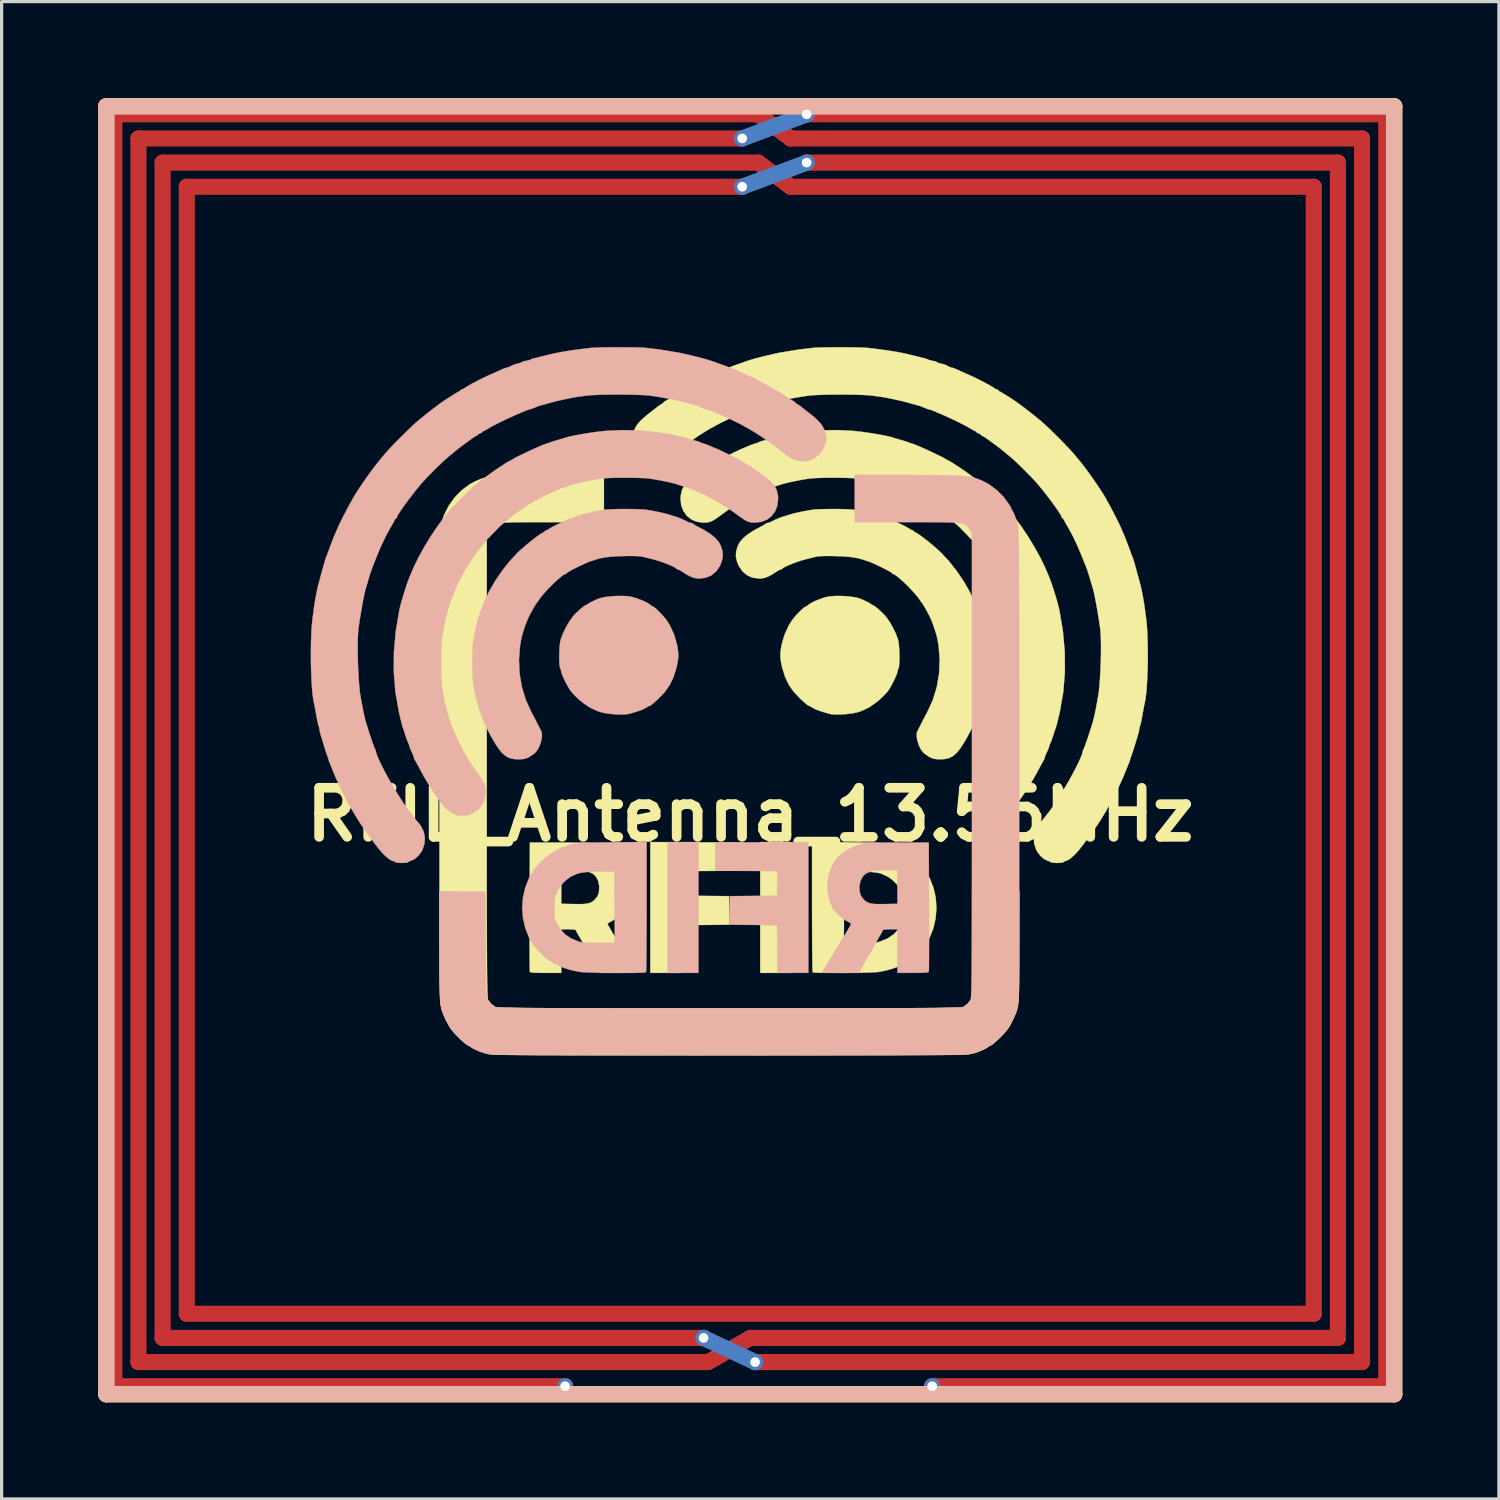
<source format=kicad_pcb>
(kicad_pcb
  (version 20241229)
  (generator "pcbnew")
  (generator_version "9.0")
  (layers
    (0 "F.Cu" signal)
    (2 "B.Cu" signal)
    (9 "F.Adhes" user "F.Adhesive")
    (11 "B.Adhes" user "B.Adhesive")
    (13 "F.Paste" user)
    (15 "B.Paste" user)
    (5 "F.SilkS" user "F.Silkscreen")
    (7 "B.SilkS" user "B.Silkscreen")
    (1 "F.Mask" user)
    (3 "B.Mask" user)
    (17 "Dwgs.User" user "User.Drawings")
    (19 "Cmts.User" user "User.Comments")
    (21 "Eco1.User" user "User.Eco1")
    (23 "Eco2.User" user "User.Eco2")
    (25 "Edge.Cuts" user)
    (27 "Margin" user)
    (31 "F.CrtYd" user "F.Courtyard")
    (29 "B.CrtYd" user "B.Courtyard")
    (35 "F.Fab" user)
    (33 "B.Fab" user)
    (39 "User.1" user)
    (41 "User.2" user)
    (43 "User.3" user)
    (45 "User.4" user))
  (footprint "RFID_Antenna_13.56MHz"
    (layer "F.Cu")
    (at 20.25 20.25)
    (property "Reference" "RFID_Antenna_13.56MHz" (at 0 2 0) (layer "F.SilkS") (effects (font (size 1.524 1.524) (thickness 0.3))))
    (attr through_hole)
    (fp_line (start -19.75 -19.75) (end -19.75 19.75) (stroke (width 0.5) (type solid)) (layer "F.Cu"))
    (fp_line (start -19.75 -19.75) (end 0.25 -19.75) (stroke (width 0.5) (type solid)) (layer "F.Cu"))
    (fp_line (start -19.75 19.75) (end -5.75 19.75) (stroke (width 0.5) (type solid)) (layer "F.Cu"))
    (fp_line (start -19 -19) (end -19 19) (stroke (width 0.5) (type solid)) (layer "F.Cu"))
    (fp_line (start -19 -19) (end -0.25 -19) (stroke (width 0.5) (type solid)) (layer "F.Cu"))
    (fp_line (start -19 19) (end -1.35 19) (stroke (width 0.5) (type solid)) (layer "F.Cu"))
    (fp_line (start -18.25 -18.25) (end -18.25 18.25) (stroke (width 0.5) (type solid)) (layer "F.Cu"))
    (fp_line (start -18.25 -18.25) (end 0.25 -18.25) (stroke (width 0.5) (type solid)) (layer "F.Cu"))
    (fp_line (start -18.25 18.25) (end -1.45 18.25) (stroke (width 0.5) (type solid)) (layer "F.Cu"))
    (fp_line (start -17.5 -17.5) (end -17.5 17.5) (stroke (width 0.5) (type solid)) (layer "F.Cu"))
    (fp_line (start -17.5 -17.5) (end -0.25 -17.5) (stroke (width 0.5) (type solid)) (layer "F.Cu"))
    (fp_line (start -17.5 17.5) (end 17.5 17.5) (stroke (width 0.5) (type solid)) (layer "F.Cu"))
    (fp_line (start -1.3 19) (end 0 18.25) (stroke (width 0.5) (type solid)) (layer "F.Cu"))
    (fp_line (start 0 18.25) (end 18.25 18.25) (stroke (width 0.5) (type solid)) (layer "F.Cu"))
    (fp_line (start 0.15 19) (end 19 19) (stroke (width 0.5) (type solid)) (layer "F.Cu"))
    (fp_line (start 0.25 -19.75) (end 1.25 -19) (stroke (width 0.5) (type solid)) (layer "F.Cu"))
    (fp_line (start 0.25 -18.25) (end 1.25 -17.5) (stroke (width 0.5) (type solid)) (layer "F.Cu"))
    (fp_line (start 17.5 -17.5) (end 1.25 -17.5) (stroke (width 0.5) (type solid)) (layer "F.Cu"))
    (fp_line (start 17.5 -17.5) (end 17.5 17.5) (stroke (width 0.5) (type solid)) (layer "F.Cu"))
    (fp_line (start 18.25 -18.25) (end 1.75 -18.25) (stroke (width 0.5) (type solid)) (layer "F.Cu"))
    (fp_line (start 18.25 -18.25) (end 18.25 18.25) (stroke (width 0.5) (type solid)) (layer "F.Cu"))
    (fp_line (start 19 -19) (end 1.25 -19) (stroke (width 0.5) (type solid)) (layer "F.Cu"))
    (fp_line (start 19 -19) (end 19 19) (stroke (width 0.5) (type solid)) (layer "F.Cu"))
    (fp_line (start 19.75 -19.75) (end 1.75 -19.75) (stroke (width 0.5) (type solid)) (layer "F.Cu"))
    (fp_line (start 19.75 -19.75) (end 19.75 19.75) (stroke (width 0.5) (type solid)) (layer "F.Cu"))
    (fp_line (start 19.75 19.75) (end 5.65 19.75) (stroke (width 0.5) (type solid)) (layer "F.Cu"))
    (fp_line (start -1.45 18.25) (end 0.15 19) (stroke (width 0.5) (type solid)) (layer "B.Cu"))
    (fp_line (start -0.25 -19) (end 1.75 -19.75) (stroke (width 0.5) (type solid)) (layer "B.Cu"))
    (fp_line (start -0.25 -17.5) (end 1.75 -18.25) (stroke (width 0.5) (type solid)) (layer "B.Cu"))
    (fp_line (start -20 -20) (end 20 -20) (stroke (width 0.5) (type solid)) (layer "F.SilkS"))
    (fp_line (start -20 20) (end -20 -20) (stroke (width 0.5) (type solid)) (layer "F.SilkS"))
    (fp_line (start 20 -20) (end 20 20) (stroke (width 0.5) (type solid)) (layer "F.SilkS"))
    (fp_line (start 20 20) (end -20 20) (stroke (width 0.5) (type solid)) (layer "F.SilkS"))
    (fp_poly (pts (xy 1.27 6.914) (xy 0.31 6.914) (xy 0.31 2.85) (xy 1.27 2.85) (xy 1.27 6.914)) (stroke (width 0.01) (type solid)) (fill yes) (layer "F.SilkS"))
    (fp_poly (pts (xy -0.212 2.865) (xy -0.212 3.739) (xy -1.179 3.747) (xy -2.146 3.754) (xy -2.131 4.517) (xy -1.397 4.523) (xy -0.663 4.53) (xy -0.648 5.418) (xy -1.389 5.425) (xy -2.131 5.433) (xy -2.138 6.174) (xy -2.146 6.914) (xy -3.104 6.914) (xy -3.104 2.85) (xy -0.212 2.865)) (stroke (width 0.01) (type solid)) (fill yes) (layer "F.SilkS"))
    (fp_poly (pts (xy 3.018 -4.782) (xy 3.198 -4.76) (xy 3.352 -4.728) (xy 3.465 -4.688) (xy 3.465 -4.688) (xy 3.521 -4.66) (xy 3.6 -4.623) (xy 3.627 -4.61) (xy 3.697 -4.574) (xy 3.742 -4.544) (xy 3.749 -4.537) (xy 3.781 -4.516) (xy 3.788 -4.516) (xy 3.832 -4.496) (xy 3.902 -4.446) (xy 3.989 -4.373) (xy 4.082 -4.288) (xy 4.168 -4.2) (xy 4.223 -4.136) (xy 4.33 -3.984) (xy 4.435 -3.799) (xy 4.526 -3.607) (xy 4.586 -3.446) (xy 4.605 -3.354) (xy 4.619 -3.229) (xy 4.629 -3.084) (xy 4.633 -2.933) (xy 4.632 -2.788) (xy 4.625 -2.665) (xy 4.613 -2.575) (xy 4.602 -2.544) (xy 4.577 -2.478) (xy 4.572 -2.441) (xy 4.559 -2.388) (xy 4.524 -2.3) (xy 4.473 -2.19) (xy 4.414 -2.074) (xy 4.354 -1.964) (xy 4.3 -1.874) (xy 4.271 -1.834) (xy 4.143 -1.692) (xy 4 -1.557) (xy 3.863 -1.451) (xy 3.852 -1.443) (xy 3.783 -1.397) (xy 3.736 -1.363) (xy 3.725 -1.355) (xy 3.693 -1.335) (xy 3.63 -1.303) (xy 3.612 -1.295) (xy 3.526 -1.255) (xy 3.448 -1.22) (xy 3.443 -1.217) (xy 3.331 -1.18) (xy 3.181 -1.149) (xy 3.01 -1.126) (xy 2.832 -1.113) (xy 2.666 -1.11) (xy 2.527 -1.119) (xy 2.455 -1.133) (xy 2.287 -1.182) (xy 2.162 -1.222) (xy 2.07 -1.255) (xy 2 -1.286) (xy 1.941 -1.318) (xy 1.941 -1.319) (xy 1.873 -1.358) (xy 1.828 -1.381) (xy 1.82 -1.383) (xy 1.799 -1.39) (xy 1.763 -1.416) (xy 1.703 -1.467) (xy 1.613 -1.547) (xy 1.546 -1.609) (xy 1.354 -1.81) (xy 1.201 -2.028) (xy 1.083 -2.274) (xy 0.994 -2.557) (xy 0.961 -2.704) (xy 0.939 -2.847) (xy 0.934 -2.978) (xy 0.947 -3.12) (xy 0.974 -3.274) (xy 1.063 -3.588) (xy 1.195 -3.876) (xy 1.289 -4.025) (xy 1.356 -4.112) (xy 1.438 -4.207) (xy 1.525 -4.298) (xy 1.607 -4.378) (xy 1.674 -4.435) (xy 1.716 -4.459) (xy 1.718 -4.459) (xy 1.753 -4.476) (xy 1.794 -4.508) (xy 1.888 -4.573) (xy 2.028 -4.642) (xy 2.202 -4.71) (xy 2.343 -4.755) (xy 2.475 -4.781) (xy 2.642 -4.793) (xy 2.828 -4.793) (xy 3.018 -4.782)) (stroke (width 0.01) (type solid)) (fill yes) (layer "F.SilkS"))
    (fp_poly (pts (xy 2.97 2.858) (xy 3.21 2.861) (xy 3.432 2.864) (xy 3.632 2.868) (xy 3.801 2.872) (xy 3.933 2.876) (xy 4.023 2.879) (xy 4.063 2.883) (xy 4.064 2.883) (xy 4.116 2.896) (xy 4.199 2.913) (xy 4.241 2.92) (xy 4.323 2.937) (xy 4.378 2.957) (xy 4.391 2.967) (xy 4.429 2.989) (xy 4.448 2.992) (xy 4.529 3.009) (xy 4.641 3.059) (xy 4.772 3.132) (xy 4.912 3.223) (xy 5.049 3.325) (xy 5.172 3.43) (xy 5.201 3.457) (xy 5.408 3.699) (xy 5.571 3.97) (xy 5.688 4.264) (xy 5.759 4.573) (xy 5.782 4.892) (xy 5.758 5.214) (xy 5.685 5.532) (xy 5.561 5.84) (xy 5.531 5.898) (xy 5.428 6.057) (xy 5.289 6.222) (xy 5.128 6.38) (xy 4.961 6.516) (xy 4.801 6.618) (xy 4.78 6.628) (xy 4.607 6.709) (xy 4.457 6.769) (xy 4.308 6.815) (xy 4.139 6.855) (xy 3.992 6.883) (xy 3.927 6.89) (xy 3.819 6.896) (xy 3.674 6.902) (xy 3.502 6.906) (xy 3.308 6.91) (xy 3.103 6.913) (xy 2.892 6.914) (xy 2.684 6.915) (xy 2.487 6.915) (xy 2.309 6.913) (xy 2.157 6.91) (xy 2.039 6.906) (xy 1.964 6.901) (xy 1.938 6.896) (xy 1.935 6.865) (xy 1.932 6.782) (xy 1.929 6.653) (xy 1.927 6.48) (xy 1.924 6.269) (xy 1.923 6.024) (xy 1.922 5.983) (xy 2.906 5.983) (xy 3.408 5.983) (xy 3.617 5.981) (xy 3.777 5.976) (xy 3.898 5.967) (xy 3.987 5.953) (xy 4.036 5.94) (xy 4.267 5.842) (xy 4.453 5.716) (xy 4.601 5.557) (xy 4.704 5.39) (xy 4.739 5.318) (xy 4.762 5.254) (xy 4.775 5.184) (xy 4.781 5.091) (xy 4.783 4.961) (xy 4.784 4.908) (xy 4.78 4.721) (xy 4.767 4.587) (xy 4.747 4.504) (xy 4.744 4.499) (xy 4.704 4.414) (xy 4.662 4.323) (xy 4.66 4.319) (xy 4.598 4.222) (xy 4.505 4.114) (xy 4.398 4.014) (xy 4.295 3.938) (xy 4.261 3.92) (xy 4.174 3.88) (xy 4.097 3.844) (xy 4.092 3.842) (xy 3.996 3.812) (xy 3.852 3.789) (xy 3.668 3.773) (xy 3.454 3.765) (xy 3.274 3.764) (xy 2.921 3.768) (xy 2.914 4.875) (xy 2.906 5.983) (xy 1.922 5.983) (xy 1.921 5.749) (xy 1.92 5.45) (xy 1.919 5.131) (xy 1.919 4.862) (xy 1.919 2.848) (xy 2.97 2.858)) (stroke (width 0.01) (type solid)) (fill yes) (layer "F.SilkS"))
    (fp_poly (pts (xy -5.685 2.865) (xy -5.472 2.867) (xy -5.282 2.87) (xy -5.122 2.873) (xy -4.998 2.877) (xy -4.92 2.882) (xy -4.897 2.885) (xy -4.802 2.907) (xy -4.727 2.922) (xy -4.589 2.963) (xy -4.427 3.032) (xy -4.262 3.121) (xy -4.186 3.169) (xy -4.024 3.308) (xy -3.892 3.488) (xy -3.792 3.697) (xy -3.725 3.927) (xy -3.695 4.168) (xy -3.704 4.409) (xy -3.754 4.642) (xy -3.799 4.76) (xy -3.825 4.824) (xy -3.838 4.863) (xy -3.838 4.865) (xy -3.859 4.912) (xy -3.915 4.982) (xy -3.995 5.065) (xy -4.089 5.151) (xy -4.185 5.228) (xy -4.272 5.288) (xy -4.306 5.307) (xy -4.379 5.347) (xy -4.424 5.381) (xy -4.431 5.393) (xy -4.417 5.426) (xy -4.378 5.496) (xy -4.322 5.594) (xy -4.253 5.708) (xy -4.252 5.708) (xy -4.168 5.845) (xy -4.067 6.011) (xy -3.962 6.185) (xy -3.864 6.349) (xy -3.854 6.364) (xy -3.773 6.499) (xy -3.698 6.623) (xy -3.635 6.724) (xy -3.592 6.792) (xy -3.581 6.807) (xy -3.545 6.864) (xy -3.528 6.898) (xy -3.528 6.899) (xy -3.555 6.904) (xy -3.63 6.908) (xy -3.744 6.911) (xy -3.89 6.913) (xy -4.059 6.914) (xy -4.102 6.914) (xy -4.677 6.914) (xy -4.77 6.738) (xy -4.834 6.621) (xy -4.904 6.5) (xy -4.951 6.421) (xy -5.014 6.315) (xy -5.084 6.192) (xy -5.129 6.109) (xy -5.195 5.987) (xy -5.271 5.852) (xy -5.318 5.772) (xy -5.369 5.685) (xy -5.405 5.617) (xy -5.419 5.583) (xy -5.419 5.583) (xy -5.445 5.572) (xy -5.514 5.564) (xy -5.613 5.56) (xy -5.644 5.56) (xy -5.87 5.56) (xy -5.87 6.914) (xy -6.351 6.914) (xy -6.54 6.913) (xy -6.678 6.91) (xy -6.771 6.903) (xy -6.825 6.893) (xy -6.845 6.879) (xy -6.847 6.846) (xy -6.849 6.76) (xy -6.85 6.628) (xy -6.852 6.453) (xy -6.852 6.24) (xy -6.853 5.993) (xy -6.853 5.718) (xy -6.853 5.418) (xy -6.852 5.099) (xy -6.851 4.854) (xy -6.847 3.725) (xy -5.87 3.725) (xy -5.87 4.768) (xy -5.482 4.776) (xy -5.296 4.778) (xy -5.155 4.773) (xy -5.05 4.76) (xy -4.968 4.736) (xy -4.9 4.699) (xy -4.835 4.647) (xy -4.834 4.646) (xy -4.746 4.538) (xy -4.699 4.406) (xy -4.69 4.241) (xy -4.693 4.198) (xy -4.727 4.047) (xy -4.793 3.922) (xy -4.886 3.833) (xy -4.956 3.8) (xy -5.033 3.773) (xy -5.087 3.75) (xy -5.132 3.741) (xy -5.222 3.733) (xy -5.344 3.728) (xy -5.484 3.725) (xy -5.503 3.725) (xy -5.87 3.725) (xy -6.847 3.725) (xy -6.844 2.865) (xy -5.913 2.865) (xy -5.685 2.865)) (stroke (width 0.01) (type solid)) (fill yes) (layer "F.SilkS"))
    (fp_poly (pts (xy 2.716 -7.492) (xy 2.889 -7.489) (xy 3.039 -7.484) (xy 3.149 -7.477) (xy 3.175 -7.474) (xy 3.296 -7.457) (xy 3.424 -7.439) (xy 3.457 -7.435) (xy 3.544 -7.419) (xy 3.609 -7.402) (xy 3.627 -7.394) (xy 3.669 -7.378) (xy 3.747 -7.361) (xy 3.803 -7.352) (xy 3.889 -7.337) (xy 3.95 -7.318) (xy 3.967 -7.307) (xy 4.004 -7.287) (xy 4.05 -7.281) (xy 4.108 -7.272) (xy 4.133 -7.255) (xy 4.17 -7.232) (xy 4.236 -7.21) (xy 4.24 -7.209) (xy 4.317 -7.188) (xy 4.374 -7.167) (xy 4.417 -7.145) (xy 4.497 -7.106) (xy 4.602 -7.056) (xy 4.671 -7.024) (xy 4.783 -6.969) (xy 4.878 -6.918) (xy 4.943 -6.88) (xy 4.962 -6.867) (xy 5.015 -6.835) (xy 5.04 -6.83) (xy 5.076 -6.814) (xy 5.08 -6.802) (xy 5.102 -6.774) (xy 5.11 -6.773) (xy 5.152 -6.756) (xy 5.228 -6.707) (xy 5.329 -6.635) (xy 5.447 -6.545) (xy 5.574 -6.443) (xy 5.701 -6.338) (xy 5.82 -6.234) (xy 5.922 -6.14) (xy 5.931 -6.131) (xy 6.173 -5.871) (xy 6.407 -5.573) (xy 6.624 -5.255) (xy 6.811 -4.931) (xy 6.957 -4.625) (xy 7.078 -4.313) (xy 7.171 -4.021) (xy 7.243 -3.726) (xy 7.301 -3.404) (xy 7.312 -3.33) (xy 7.32 -3.243) (xy 7.325 -3.114) (xy 7.328 -2.956) (xy 7.329 -2.78) (xy 7.327 -2.599) (xy 7.324 -2.423) (xy 7.319 -2.267) (xy 7.312 -2.14) (xy 7.303 -2.056) (xy 7.301 -2.046) (xy 7.289 -1.982) (xy 7.273 -1.895) (xy 7.27 -1.877) (xy 7.25 -1.773) (xy 7.227 -1.673) (xy 7.225 -1.665) (xy 7.182 -1.504) (xy 7.143 -1.361) (xy 7.109 -1.248) (xy 7.086 -1.178) (xy 7.083 -1.171) (xy 7.061 -1.116) (xy 7.027 -1.028) (xy 6.995 -0.945) (xy 6.918 -0.764) (xy 6.825 -0.573) (xy 6.723 -0.383) (xy 6.62 -0.207) (xy 6.521 -0.058) (xy 6.433 0.054) (xy 6.416 0.073) (xy 6.296 0.179) (xy 6.172 0.243) (xy 6.027 0.275) (xy 5.888 0.28) (xy 5.762 0.274) (xy 5.669 0.255) (xy 5.584 0.219) (xy 5.562 0.206) (xy 5.473 0.149) (xy 5.394 0.089) (xy 5.37 0.067) (xy 5.298 -0.029) (xy 5.237 -0.152) (xy 5.193 -0.287) (xy 5.17 -0.418) (xy 5.171 -0.529) (xy 5.187 -0.583) (xy 5.214 -0.635) (xy 5.255 -0.718) (xy 5.299 -0.804) (xy 5.354 -0.914) (xy 5.424 -1.047) (xy 5.492 -1.176) (xy 5.5 -1.19) (xy 5.671 -1.564) (xy 5.792 -1.961) (xy 5.863 -2.375) (xy 5.883 -2.801) (xy 5.851 -3.233) (xy 5.817 -3.436) (xy 5.788 -3.56) (xy 5.742 -3.714) (xy 5.688 -3.875) (xy 5.634 -4.021) (xy 5.59 -4.12) (xy 5.546 -4.208) (xy 5.492 -4.308) (xy 5.437 -4.408) (xy 5.387 -4.494) (xy 5.35 -4.553) (xy 5.336 -4.572) (xy 5.31 -4.604) (xy 5.271 -4.661) (xy 5.268 -4.666) (xy 5.201 -4.759) (xy 5.109 -4.869) (xy 5.001 -4.988) (xy 4.883 -5.109) (xy 4.765 -5.224) (xy 4.653 -5.325) (xy 4.555 -5.406) (xy 4.48 -5.458) (xy 4.438 -5.474) (xy 4.405 -5.491) (xy 4.403 -5.5) (xy 4.379 -5.522) (xy 4.314 -5.561) (xy 4.219 -5.612) (xy 4.105 -5.67) (xy 3.982 -5.73) (xy 3.862 -5.786) (xy 3.755 -5.833) (xy 3.672 -5.866) (xy 3.655 -5.871) (xy 3.573 -5.897) (xy 3.51 -5.917) (xy 3.5 -5.921) (xy 3.365 -5.96) (xy 3.215 -5.989) (xy 3.039 -6.01) (xy 2.826 -6.024) (xy 2.625 -6.031) (xy 2.46 -6.034) (xy 2.309 -6.033) (xy 2.182 -6.028) (xy 2.092 -6.021) (xy 2.06 -6.016) (xy 1.983 -5.996) (xy 1.874 -5.968) (xy 1.756 -5.94) (xy 1.75 -5.939) (xy 1.627 -5.906) (xy 1.49 -5.862) (xy 1.351 -5.812) (xy 1.22 -5.76) (xy 1.109 -5.711) (xy 1.03 -5.669) (xy 0.993 -5.638) (xy 0.992 -5.637) (xy 0.96 -5.617) (xy 0.95 -5.616) (xy 0.907 -5.601) (xy 0.84 -5.565) (xy 0.818 -5.55) (xy 0.669 -5.454) (xy 0.549 -5.391) (xy 0.444 -5.353) (xy 0.34 -5.336) (xy 0.274 -5.334) (xy 0.077 -5.359) (xy -0.097 -5.434) (xy -0.242 -5.556) (xy -0.355 -5.722) (xy -0.408 -5.846) (xy -0.446 -6.01) (xy -0.44 -6.17) (xy -0.393 -6.334) (xy -0.326 -6.463) (xy -0.218 -6.588) (xy -0.068 -6.712) (xy 0.13 -6.838) (xy 0.353 -6.957) (xy 0.423 -6.995) (xy 0.468 -7.026) (xy 0.475 -7.034) (xy 0.508 -7.053) (xy 0.527 -7.056) (xy 0.582 -7.068) (xy 0.645 -7.095) (xy 0.762 -7.153) (xy 0.887 -7.208) (xy 0.998 -7.249) (xy 1.062 -7.268) (xy 1.143 -7.29) (xy 1.199 -7.31) (xy 1.273 -7.334) (xy 1.388 -7.364) (xy 1.531 -7.396) (xy 1.689 -7.428) (xy 1.848 -7.456) (xy 1.947 -7.471) (xy 2.042 -7.48) (xy 2.18 -7.486) (xy 2.347 -7.49) (xy 2.53 -7.492) (xy 2.716 -7.492)) (stroke (width 0.01) (type solid)) (fill yes) (layer "F.SilkS"))
    (fp_poly (pts (xy -4.544 -7.084) (xy -6.166 -7.084) (xy -6.525 -7.084) (xy -6.832 -7.084) (xy -7.092 -7.083) (xy -7.309 -7.08) (xy -7.487 -7.076) (xy -7.631 -7.07) (xy -7.745 -7.061) (xy -7.834 -7.049) (xy -7.902 -7.033) (xy -7.954 -7.013) (xy -7.994 -6.989) (xy -8.026 -6.959) (xy -8.056 -6.924) (xy -8.087 -6.883) (xy -8.093 -6.875) (xy -8.184 -6.754) (xy -8.184 0.457) (xy -8.184 1.22) (xy -8.184 1.928) (xy -8.184 2.583) (xy -8.184 3.189) (xy -8.184 3.745) (xy -8.183 4.256) (xy -8.182 4.721) (xy -8.182 5.144) (xy -8.181 5.527) (xy -8.18 5.871) (xy -8.179 6.178) (xy -8.177 6.451) (xy -8.176 6.692) (xy -8.174 6.901) (xy -8.172 7.082) (xy -8.17 7.237) (xy -8.167 7.367) (xy -8.164 7.474) (xy -8.161 7.56) (xy -8.158 7.628) (xy -8.155 7.679) (xy -8.151 7.715) (xy -8.147 7.739) (xy -8.143 7.751) (xy -8.054 7.872) (xy -7.92 7.974) (xy -7.91 7.98) (xy -7.892 7.984) (xy -7.854 7.987) (xy -7.793 7.991) (xy -7.706 7.994) (xy -7.593 7.996) (xy -7.452 7.999) (xy -7.281 8.001) (xy -7.078 8.003) (xy -6.842 8.005) (xy -6.57 8.007) (xy -6.261 8.009) (xy -5.914 8.01) (xy -5.526 8.011) (xy -5.096 8.012) (xy -4.621 8.013) (xy -4.101 8.014) (xy -3.534 8.014) (xy -2.917 8.015) (xy -2.25 8.015) (xy -1.529 8.015) (xy -0.754 8.015) (xy -0.649 8.015) (xy 0.133 8.015) (xy 0.86 8.015) (xy 1.535 8.015) (xy 2.158 8.014) (xy 2.732 8.014) (xy 3.258 8.013) (xy 3.738 8.012) (xy 4.174 8.011) (xy 4.567 8.01) (xy 4.92 8.009) (xy 5.234 8.007) (xy 5.51 8.006) (xy 5.751 8.004) (xy 5.958 8.002) (xy 6.133 7.999) (xy 6.278 7.997) (xy 6.395 7.994) (xy 6.484 7.991) (xy 6.549 7.988) (xy 6.59 7.984) (xy 6.61 7.98) (xy 6.611 7.98) (xy 6.751 7.878) (xy 6.851 7.752) (xy 6.854 7.747) (xy 6.864 7.724) (xy 6.872 7.692) (xy 6.88 7.645) (xy 6.886 7.58) (xy 6.891 7.491) (xy 6.896 7.376) (xy 6.9 7.228) (xy 6.903 7.045) (xy 6.906 6.82) (xy 6.91 6.551) (xy 6.913 6.232) (xy 6.914 6.025) (xy 6.929 4.389) (xy 8.354 4.373) (xy 8.354 6.079) (xy 8.354 6.45) (xy 8.353 6.769) (xy 8.352 7.041) (xy 8.35 7.271) (xy 8.346 7.464) (xy 8.34 7.626) (xy 8.332 7.76) (xy 8.321 7.871) (xy 8.306 7.965) (xy 8.288 8.047) (xy 8.265 8.12) (xy 8.238 8.191) (xy 8.206 8.264) (xy 8.168 8.343) (xy 8.152 8.377) (xy 8.085 8.511) (xy 8.026 8.615) (xy 7.96 8.705) (xy 7.877 8.8) (xy 7.775 8.904) (xy 7.648 9.027) (xy 7.549 9.114) (xy 7.48 9.163) (xy 7.452 9.172) (xy 7.412 9.19) (xy 7.389 9.209) (xy 7.325 9.254) (xy 7.222 9.306) (xy 7.097 9.358) (xy 6.966 9.404) (xy 6.9 9.422) (xy 6.878 9.427) (xy 6.848 9.431) (xy 6.807 9.435) (xy 6.754 9.439) (xy 6.687 9.442) (xy 6.603 9.446) (xy 6.5 9.448) (xy 6.377 9.451) (xy 6.231 9.453) (xy 6.06 9.456) (xy 5.863 9.458) (xy 5.638 9.459) (xy 5.381 9.461) (xy 5.093 9.462) (xy 4.769 9.464) (xy 4.408 9.465) (xy 4.009 9.466) (xy 3.569 9.467) (xy 3.087 9.468) (xy 2.559 9.468) (xy 1.985 9.469) (xy 1.361 9.47) (xy 0.687 9.47) (xy -0.04 9.471) (xy -0.621 9.471) (xy -1.385 9.471) (xy -2.096 9.472) (xy -2.753 9.472) (xy -3.361 9.472) (xy -3.92 9.472) (xy -4.433 9.472) (xy -4.902 9.472) (xy -5.329 9.472) (xy -5.716 9.471) (xy -6.065 9.47) (xy -6.377 9.47) (xy -6.656 9.468) (xy -6.903 9.467) (xy -7.12 9.466) (xy -7.31 9.464) (xy -7.474 9.462) (xy -7.614 9.46) (xy -7.732 9.457) (xy -7.831 9.455) (xy -7.912 9.452) (xy -7.978 9.448) (xy -8.031 9.445) (xy -8.072 9.441) (xy -8.103 9.436) (xy -8.128 9.432) (xy -8.142 9.428) (xy -8.409 9.341) (xy -8.636 9.236) (xy -8.839 9.105) (xy -9.033 8.939) (xy -9.072 8.902) (xy -9.286 8.653) (xy -9.451 8.381) (xy -9.569 8.079) (xy -9.597 7.976) (xy -9.603 7.952) (xy -9.608 7.927) (xy -9.613 7.897) (xy -9.617 7.862) (xy -9.622 7.819) (xy -9.625 7.767) (xy -9.629 7.702) (xy -9.632 7.623) (xy -9.635 7.528) (xy -9.637 7.414) (xy -9.64 7.281) (xy -9.642 7.124) (xy -9.644 6.944) (xy -9.645 6.736) (xy -9.647 6.5) (xy -9.648 6.233) (xy -9.649 5.933) (xy -9.65 5.598) (xy -9.65 5.226) (xy -9.651 4.815) (xy -9.651 4.362) (xy -9.652 3.866) (xy -9.652 3.325) (xy -9.652 2.736) (xy -9.652 2.098) (xy -9.652 1.407) (xy -9.652 0.663) (xy -9.652 0.464) (xy -9.652 -0.301) (xy -9.652 -1.011) (xy -9.652 -1.67) (xy -9.651 -2.278) (xy -9.651 -2.837) (xy -9.651 -3.351) (xy -9.65 -3.82) (xy -9.649 -4.247) (xy -9.649 -4.634) (xy -9.648 -4.982) (xy -9.646 -5.294) (xy -9.645 -5.573) (xy -9.644 -5.819) (xy -9.642 -6.035) (xy -9.64 -6.223) (xy -9.638 -6.386) (xy -9.635 -6.524) (xy -9.633 -6.64) (xy -9.63 -6.737) (xy -9.627 -6.815) (xy -9.623 -6.878) (xy -9.619 -6.927) (xy -9.615 -6.965) (xy -9.611 -6.992) (xy -9.608 -7.004) (xy -9.506 -7.313) (xy -9.36 -7.601) (xy -9.174 -7.86) (xy -8.953 -8.083) (xy -8.705 -8.265) (xy -8.533 -8.356) (xy -8.45 -8.393) (xy -8.37 -8.425) (xy -8.291 -8.452) (xy -8.205 -8.475) (xy -8.11 -8.494) (xy -8 -8.51) (xy -7.87 -8.522) (xy -7.716 -8.531) (xy -7.533 -8.538) (xy -7.315 -8.543) (xy -7.059 -8.546) (xy -6.759 -8.548) (xy -6.412 -8.549) (xy -6.131 -8.55) (xy -4.544 -8.551) (xy -4.544 -7.084)) (stroke (width 0.01) (type solid)) (fill yes) (layer "F.SilkS"))
    (fp_poly (pts (xy 3.199 -9.918) (xy 3.274 -9.911) (xy 3.462 -9.889) (xy 3.663 -9.861) (xy 3.865 -9.829) (xy 4.057 -9.795) (xy 4.226 -9.762) (xy 4.36 -9.731) (xy 4.431 -9.71) (xy 4.496 -9.689) (xy 4.592 -9.661) (xy 4.671 -9.639) (xy 4.771 -9.609) (xy 4.855 -9.582) (xy 4.897 -9.567) (xy 4.97 -9.54) (xy 5.024 -9.523) (xy 5.061 -9.512) (xy 5.107 -9.495) (xy 5.172 -9.468) (xy 5.267 -9.428) (xy 5.4 -9.369) (xy 5.433 -9.355) (xy 5.531 -9.31) (xy 5.644 -9.257) (xy 5.762 -9.201) (xy 5.872 -9.148) (xy 5.963 -9.103) (xy 6.022 -9.071) (xy 6.04 -9.061) (xy 6.071 -9.039) (xy 6.135 -9.004) (xy 6.167 -8.989) (xy 6.238 -8.951) (xy 6.285 -8.924) (xy 6.294 -8.917) (xy 6.323 -8.896) (xy 6.387 -8.854) (xy 6.463 -8.806) (xy 6.567 -8.737) (xy 6.702 -8.643) (xy 6.851 -8.534) (xy 7.003 -8.421) (xy 7.142 -8.313) (xy 7.255 -8.221) (xy 7.294 -8.188) (xy 7.377 -8.112) (xy 7.486 -8.007) (xy 7.611 -7.884) (xy 7.739 -7.755) (xy 7.859 -7.633) (xy 7.96 -7.528) (xy 8.018 -7.464) (xy 8.222 -7.217) (xy 8.431 -6.931) (xy 8.638 -6.621) (xy 8.832 -6.301) (xy 9.006 -5.985) (xy 9.151 -5.687) (xy 9.2 -5.574) (xy 9.226 -5.511) (xy 9.262 -5.429) (xy 9.269 -5.412) (xy 9.311 -5.306) (xy 9.363 -5.16) (xy 9.419 -4.989) (xy 9.476 -4.809) (xy 9.527 -4.634) (xy 9.57 -4.479) (xy 9.598 -4.36) (xy 9.709 -3.699) (xy 9.767 -3.053) (xy 9.77 -2.421) (xy 9.72 -1.806) (xy 9.615 -1.206) (xy 9.601 -1.143) (xy 9.558 -0.961) (xy 9.525 -0.828) (xy 9.5 -0.738) (xy 9.484 -0.691) (xy 9.464 -0.635) (xy 9.435 -0.546) (xy 9.41 -0.466) (xy 9.376 -0.363) (xy 9.342 -0.272) (xy 9.321 -0.226) (xy 9.295 -0.163) (xy 9.285 -0.125) (xy 9.274 -0.085) (xy 9.244 -0.012) (xy 9.215 0.051) (xy 9.176 0.137) (xy 9.15 0.206) (xy 9.144 0.234) (xy 9.127 0.288) (xy 9.12 0.298) (xy 9.098 0.332) (xy 9.057 0.406) (xy 9 0.509) (xy 8.936 0.631) (xy 8.926 0.649) (xy 8.827 0.829) (xy 8.717 1.017) (xy 8.6 1.203) (xy 8.482 1.38) (xy 8.37 1.54) (xy 8.268 1.674) (xy 8.183 1.774) (xy 8.124 1.828) (xy 8.062 1.878) (xy 8.034 1.904) (xy 7.976 1.942) (xy 7.919 1.963) (xy 7.859 1.986) (xy 7.83 2.007) (xy 7.795 2.02) (xy 7.722 2.028) (xy 7.629 2.03) (xy 7.535 2.026) (xy 7.458 2.017) (xy 7.422 2.006) (xy 7.37 1.979) (xy 7.296 1.939) (xy 7.281 1.931) (xy 7.124 1.818) (xy 7.008 1.669) (xy 6.936 1.492) (xy 6.914 1.31) (xy 6.922 1.183) (xy 6.948 1.071) (xy 6.999 0.959) (xy 7.081 0.831) (xy 7.145 0.744) (xy 7.215 0.65) (xy 7.284 0.552) (xy 7.361 0.436) (xy 7.454 0.292) (xy 7.522 0.183) (xy 7.597 0.054) (xy 7.682 -0.11) (xy 7.771 -0.295) (xy 7.859 -0.489) (xy 7.939 -0.678) (xy 8.007 -0.85) (xy 8.055 -0.992) (xy 8.07 -1.044) (xy 8.092 -1.127) (xy 8.121 -1.235) (xy 8.142 -1.312) (xy 8.167 -1.405) (xy 8.189 -1.5) (xy 8.211 -1.612) (xy 8.236 -1.751) (xy 8.265 -1.931) (xy 8.272 -1.976) (xy 8.283 -2.078) (xy 8.292 -2.225) (xy 8.297 -2.404) (xy 8.3 -2.603) (xy 8.3 -2.81) (xy 8.298 -3.012) (xy 8.293 -3.199) (xy 8.286 -3.357) (xy 8.275 -3.474) (xy 8.272 -3.5) (xy 8.244 -3.667) (xy 8.217 -3.82) (xy 8.193 -3.943) (xy 8.176 -4.022) (xy 8.161 -4.083) (xy 8.14 -4.171) (xy 8.13 -4.213) (xy 8.09 -4.364) (xy 8.035 -4.537) (xy 7.976 -4.703) (xy 7.932 -4.812) (xy 7.894 -4.901) (xy 7.865 -4.98) (xy 7.86 -4.995) (xy 7.837 -5.051) (xy 7.795 -5.144) (xy 7.739 -5.258) (xy 7.676 -5.381) (xy 7.614 -5.5) (xy 7.559 -5.6) (xy 7.541 -5.63) (xy 7.228 -6.106) (xy 6.873 -6.547) (xy 6.48 -6.95) (xy 6.052 -7.311) (xy 5.601 -7.622) (xy 5.447 -7.713) (xy 5.275 -7.808) (xy 5.099 -7.899) (xy 4.935 -7.979) (xy 4.798 -8.039) (xy 4.755 -8.055) (xy 4.671 -8.089) (xy 4.607 -8.119) (xy 4.588 -8.132) (xy 4.539 -8.152) (xy 4.501 -8.156) (xy 4.441 -8.167) (xy 4.415 -8.181) (xy 4.366 -8.206) (xy 4.27 -8.238) (xy 4.136 -8.275) (xy 3.974 -8.314) (xy 3.793 -8.353) (xy 3.602 -8.391) (xy 3.411 -8.425) (xy 3.33 -8.438) (xy 3.229 -8.448) (xy 3.083 -8.456) (xy 2.905 -8.461) (xy 2.708 -8.464) (xy 2.503 -8.464) (xy 2.302 -8.462) (xy 2.118 -8.457) (xy 1.963 -8.45) (xy 1.849 -8.44) (xy 1.834 -8.438) (xy 1.696 -8.417) (xy 1.54 -8.389) (xy 1.378 -8.357) (xy 1.226 -8.325) (xy 1.097 -8.295) (xy 1.006 -8.27) (xy 0.988 -8.264) (xy 0.939 -8.248) (xy 0.857 -8.222) (xy 0.776 -8.197) (xy 0.683 -8.167) (xy 0.61 -8.141) (xy 0.579 -8.126) (xy 0.533 -8.107) (xy 0.461 -8.087) (xy 0.459 -8.087) (xy 0.396 -8.066) (xy 0.367 -8.043) (xy 0.367 -8.041) (xy 0.343 -8.02) (xy 0.312 -8.015) (xy 0.259 -8.004) (xy 0.242 -7.99) (xy 0.205 -7.965) (xy 0.149 -7.945) (xy 0.087 -7.925) (xy 0.057 -7.907) (xy 0.041 -7.894) (xy 0.001 -7.871) (xy -0.067 -7.833) (xy -0.17 -7.779) (xy -0.315 -7.705) (xy -0.397 -7.663) (xy -0.441 -7.632) (xy -0.452 -7.613) (xy -0.473 -7.592) (xy -0.479 -7.592) (xy -0.502 -7.585) (xy -0.543 -7.563) (xy -0.608 -7.52) (xy -0.704 -7.453) (xy -0.835 -7.358) (xy -0.903 -7.308) (xy -1.038 -7.212) (xy -1.141 -7.145) (xy -1.226 -7.103) (xy -1.304 -7.08) (xy -1.388 -7.071) (xy -1.453 -7.07) (xy -1.652 -7.095) (xy -1.826 -7.167) (xy -1.969 -7.28) (xy -2.076 -7.429) (xy -2.144 -7.607) (xy -2.166 -7.81) (xy -2.161 -7.897) (xy -2.119 -8.087) (xy -2.031 -8.247) (xy -1.93 -8.354) (xy -1.846 -8.423) (xy -1.744 -8.503) (xy -1.636 -8.583) (xy -1.535 -8.655) (xy -1.456 -8.707) (xy -1.418 -8.729) (xy -1.37 -8.758) (xy -1.355 -8.778) (xy -1.332 -8.803) (xy -1.305 -8.815) (xy -1.241 -8.845) (xy -1.171 -8.886) (xy -1.129 -8.918) (xy -1.093 -8.942) (xy -1.017 -8.984) (xy -0.911 -9.041) (xy -0.786 -9.106) (xy -0.653 -9.174) (xy -0.521 -9.24) (xy -0.401 -9.298) (xy -0.305 -9.343) (xy -0.252 -9.366) (xy -0.162 -9.403) (xy -0.06 -9.446) (xy -0.038 -9.456) (xy 0.054 -9.494) (xy 0.14 -9.522) (xy 0.159 -9.528) (xy 0.227 -9.549) (xy 0.268 -9.568) (xy 0.313 -9.588) (xy 0.386 -9.61) (xy 0.395 -9.612) (xy 0.469 -9.629) (xy 0.51 -9.64) (xy 0.542 -9.65) (xy 0.564 -9.658) (xy 0.669 -9.692) (xy 0.801 -9.727) (xy 0.968 -9.765) (xy 1.179 -9.808) (xy 1.256 -9.823) (xy 1.727 -9.895) (xy 2.222 -9.935) (xy 2.72 -9.943) (xy 3.199 -9.918)) (stroke (width 0.01) (type solid)) (fill yes) (layer "F.SilkS"))
    (fp_poly (pts (xy 3.004 -12.515) (xy 3.208 -12.513) (xy 3.391 -12.508) (xy 3.541 -12.503) (xy 3.647 -12.496) (xy 3.655 -12.495) (xy 3.982 -12.456) (xy 4.267 -12.417) (xy 4.516 -12.377) (xy 4.621 -12.358) (xy 4.709 -12.341) (xy 4.794 -12.324) (xy 4.89 -12.301) (xy 5.013 -12.272) (xy 5.165 -12.234) (xy 5.271 -12.208) (xy 5.365 -12.185) (xy 5.419 -12.172) (xy 5.484 -12.152) (xy 5.517 -12.135) (xy 5.561 -12.117) (xy 5.637 -12.099) (xy 5.665 -12.094) (xy 5.742 -12.077) (xy 5.792 -12.058) (xy 5.799 -12.052) (xy 5.834 -12.032) (xy 5.901 -12.013) (xy 5.916 -12.01) (xy 6.003 -11.988) (xy 6.075 -11.962) (xy 6.078 -11.96) (xy 6.168 -11.915) (xy 6.223 -11.891) (xy 6.256 -11.882) (xy 6.268 -11.882) (xy 6.308 -11.87) (xy 6.383 -11.841) (xy 6.473 -11.801) (xy 6.583 -11.751) (xy 6.692 -11.702) (xy 6.759 -11.672) (xy 6.884 -11.616) (xy 7.024 -11.549) (xy 7.17 -11.476) (xy 7.309 -11.403) (xy 7.432 -11.336) (xy 7.527 -11.28) (xy 7.582 -11.242) (xy 7.586 -11.239) (xy 7.639 -11.209) (xy 7.664 -11.204) (xy 7.701 -11.188) (xy 7.705 -11.176) (xy 7.726 -11.149) (xy 7.735 -11.148) (xy 7.767 -11.133) (xy 7.834 -11.094) (xy 7.927 -11.037) (xy 8.033 -10.97) (xy 8.142 -10.9) (xy 8.242 -10.833) (xy 8.324 -10.777) (xy 8.374 -10.739) (xy 8.416 -10.706) (xy 8.484 -10.655) (xy 8.523 -10.626) (xy 8.594 -10.572) (xy 8.673 -10.511) (xy 8.769 -10.435) (xy 8.89 -10.336) (xy 9.034 -10.218) (xy 9.121 -10.141) (xy 9.238 -10.033) (xy 9.374 -9.902) (xy 9.52 -9.758) (xy 9.667 -9.61) (xy 9.805 -9.468) (xy 9.925 -9.341) (xy 10.018 -9.239) (xy 10.049 -9.203) (xy 10.131 -9.103) (xy 10.217 -8.999) (xy 10.273 -8.931) (xy 10.373 -8.804) (xy 10.491 -8.645) (xy 10.619 -8.466) (xy 10.747 -8.281) (xy 10.866 -8.103) (xy 10.968 -7.945) (xy 11.036 -7.83) (xy 11.151 -7.623) (xy 11.262 -7.414) (xy 11.364 -7.217) (xy 11.449 -7.044) (xy 11.495 -6.943) (xy 11.534 -6.854) (xy 11.58 -6.75) (xy 11.595 -6.715) (xy 11.63 -6.633) (xy 11.676 -6.516) (xy 11.726 -6.383) (xy 11.755 -6.306) (xy 11.8 -6.184) (xy 11.84 -6.076) (xy 11.87 -5.999) (xy 11.882 -5.969) (xy 11.899 -5.92) (xy 11.926 -5.83) (xy 11.96 -5.711) (xy 11.993 -5.588) (xy 12.03 -5.452) (xy 12.063 -5.328) (xy 12.09 -5.231) (xy 12.105 -5.179) (xy 12.127 -5.093) (xy 12.149 -4.993) (xy 12.152 -4.981) (xy 12.168 -4.898) (xy 12.18 -4.835) (xy 12.182 -4.826) (xy 12.203 -4.72) (xy 12.228 -4.567) (xy 12.256 -4.378) (xy 12.284 -4.163) (xy 12.297 -4.064) (xy 12.317 -3.86) (xy 12.332 -3.623) (xy 12.341 -3.36) (xy 12.345 -3.082) (xy 12.345 -2.797) (xy 12.339 -2.514) (xy 12.329 -2.243) (xy 12.315 -1.992) (xy 12.296 -1.772) (xy 12.273 -1.59) (xy 12.249 -1.468) (xy 12.234 -1.397) (xy 12.213 -1.288) (xy 12.19 -1.159) (xy 12.177 -1.087) (xy 12.155 -0.962) (xy 12.132 -0.855) (xy 12.113 -0.78) (xy 12.104 -0.755) (xy 12.082 -0.686) (xy 12.079 -0.655) (xy 12.071 -0.597) (xy 12.051 -0.512) (xy 12.04 -0.478) (xy 12.014 -0.393) (xy 11.978 -0.275) (xy 11.939 -0.145) (xy 11.925 -0.099) (xy 11.888 0.018) (xy 11.855 0.119) (xy 11.83 0.187) (xy 11.823 0.204) (xy 11.801 0.261) (xy 11.797 0.285) (xy 11.786 0.33) (xy 11.76 0.399) (xy 11.757 0.405) (xy 11.726 0.477) (xy 11.685 0.579) (xy 11.643 0.686) (xy 11.566 0.868) (xy 11.468 1.083) (xy 11.355 1.316) (xy 11.234 1.55) (xy 11.114 1.77) (xy 11.074 1.84) (xy 10.97 2.018) (xy 10.871 2.178) (xy 10.771 2.332) (xy 10.663 2.49) (xy 10.539 2.662) (xy 10.392 2.858) (xy 10.238 3.06) (xy 10.143 3.172) (xy 10.041 3.275) (xy 9.943 3.359) (xy 9.86 3.414) (xy 9.823 3.429) (xy 9.757 3.45) (xy 9.721 3.474) (xy 9.686 3.488) (xy 9.613 3.496) (xy 9.522 3.499) (xy 9.432 3.496) (xy 9.361 3.488) (xy 9.329 3.474) (xy 9.293 3.45) (xy 9.238 3.43) (xy 9.123 3.377) (xy 9.011 3.28) (xy 8.914 3.154) (xy 8.881 3.094) (xy 8.818 2.905) (xy 8.805 2.711) (xy 8.843 2.522) (xy 8.93 2.35) (xy 8.971 2.297) (xy 9.01 2.25) (xy 9.046 2.208) (xy 9.085 2.158) (xy 9.138 2.092) (xy 9.211 1.999) (xy 9.273 1.919) (xy 9.38 1.774) (xy 9.497 1.602) (xy 9.619 1.411) (xy 9.743 1.208) (xy 9.865 1) (xy 9.981 0.793) (xy 10.086 0.596) (xy 10.177 0.415) (xy 10.25 0.257) (xy 10.302 0.129) (xy 10.327 0.039) (xy 10.329 0.016) (xy 10.342 -0.026) (xy 10.351 -0.033) (xy 10.365 -0.061) (xy 10.394 -0.134) (xy 10.432 -0.242) (xy 10.478 -0.375) (xy 10.527 -0.523) (xy 10.577 -0.678) (xy 10.623 -0.829) (xy 10.642 -0.89) (xy 10.673 -1.009) (xy 10.708 -1.168) (xy 10.745 -1.352) (xy 10.755 -1.411) (xy 10.774 -1.512) (xy 10.79 -1.601) (xy 10.797 -1.637) (xy 10.822 -1.793) (xy 10.843 -1.994) (xy 10.861 -2.228) (xy 10.875 -2.484) (xy 10.886 -2.749) (xy 10.891 -3.013) (xy 10.892 -3.264) (xy 10.888 -3.49) (xy 10.877 -3.679) (xy 10.867 -3.782) (xy 10.842 -3.956) (xy 10.813 -4.147) (xy 10.78 -4.343) (xy 10.746 -4.534) (xy 10.713 -4.709) (xy 10.683 -4.858) (xy 10.657 -4.97) (xy 10.642 -5.024) (xy 10.621 -5.089) (xy 10.592 -5.185) (xy 10.57 -5.263) (xy 10.513 -5.455) (xy 10.46 -5.613) (xy 10.443 -5.659) (xy 10.291 -6.045) (xy 10.148 -6.379) (xy 10.011 -6.665) (xy 9.88 -6.907) (xy 9.847 -6.961) (xy 9.794 -7.051) (xy 9.755 -7.125) (xy 9.737 -7.166) (xy 9.737 -7.169) (xy 9.715 -7.196) (xy 9.708 -7.197) (xy 9.681 -7.217) (xy 9.68 -7.223) (xy 9.663 -7.269) (xy 9.615 -7.353) (xy 9.54 -7.467) (xy 9.443 -7.605) (xy 9.329 -7.76) (xy 9.202 -7.926) (xy 9.068 -8.097) (xy 8.938 -8.255) (xy 8.853 -8.351) (xy 8.738 -8.475) (xy 8.603 -8.613) (xy 8.459 -8.756) (xy 8.319 -8.893) (xy 8.192 -9.013) (xy 8.089 -9.103) (xy 8.073 -9.117) (xy 7.981 -9.193) (xy 7.892 -9.266) (xy 7.834 -9.314) (xy 7.792 -9.348) (xy 7.741 -9.388) (xy 7.674 -9.438) (xy 7.583 -9.506) (xy 7.46 -9.596) (xy 7.333 -9.689) (xy 7.264 -9.735) (xy 7.211 -9.762) (xy 7.199 -9.765) (xy 7.17 -9.785) (xy 7.168 -9.793) (xy 7.144 -9.819) (xy 7.098 -9.838) (xy 7.045 -9.859) (xy 7.027 -9.878) (xy 7.004 -9.904) (xy 6.978 -9.916) (xy 6.925 -9.941) (xy 6.848 -9.984) (xy 6.816 -10.004) (xy 6.716 -10.062) (xy 6.576 -10.135) (xy 6.41 -10.218) (xy 6.23 -10.304) (xy 6.048 -10.387) (xy 5.876 -10.461) (xy 5.856 -10.469) (xy 5.793 -10.496) (xy 5.711 -10.532) (xy 5.697 -10.538) (xy 5.623 -10.567) (xy 5.57 -10.583) (xy 5.562 -10.583) (xy 5.512 -10.595) (xy 5.482 -10.608) (xy 5.262 -10.696) (xy 5.179 -10.719) (xy 5.087 -10.743) (xy 4.972 -10.775) (xy 4.897 -10.796) (xy 4.783 -10.827) (xy 4.673 -10.854) (xy 4.614 -10.867) (xy 4.515 -10.888) (xy 4.4 -10.913) (xy 4.36 -10.921) (xy 4.287 -10.937) (xy 4.22 -10.95) (xy 4.147 -10.963) (xy 4.055 -10.977) (xy 3.931 -10.994) (xy 3.796 -11.013) (xy 3.676 -11.025) (xy 3.51 -11.034) (xy 3.31 -11.041) (xy 3.086 -11.045) (xy 2.849 -11.047) (xy 2.61 -11.046) (xy 2.379 -11.043) (xy 2.168 -11.037) (xy 1.988 -11.029) (xy 1.848 -11.018) (xy 1.806 -11.013) (xy 1.606 -10.983) (xy 1.397 -10.948) (xy 1.192 -10.91) (xy 1.007 -10.873) (xy 0.856 -10.839) (xy 0.804 -10.826) (xy 0.759 -10.814) (xy 0.691 -10.796) (xy 0.573 -10.764) (xy 0.452 -10.729) (xy 0.346 -10.695) (xy 0.274 -10.669) (xy 0.268 -10.667) (xy 0.209 -10.644) (xy 0.121 -10.614) (xy 0.071 -10.598) (xy -0.024 -10.567) (xy -0.106 -10.538) (xy -0.134 -10.526) (xy -0.214 -10.492) (xy -0.261 -10.472) (xy -0.627 -10.31) (xy -0.963 -10.145) (xy -1.258 -9.983) (xy -1.32 -9.946) (xy -1.494 -9.839) (xy -1.622 -9.758) (xy -1.709 -9.699) (xy -1.759 -9.662) (xy -1.773 -9.645) (xy -1.806 -9.625) (xy -1.818 -9.624) (xy -1.86 -9.605) (xy -1.914 -9.558) (xy -1.919 -9.553) (xy -1.971 -9.505) (xy -2.008 -9.483) (xy -2.011 -9.483) (xy -2.044 -9.466) (xy -2.106 -9.422) (xy -2.181 -9.363) (xy -2.26 -9.298) (xy -2.323 -9.247) (xy -2.356 -9.222) (xy -2.396 -9.192) (xy -2.457 -9.143) (xy -2.47 -9.134) (xy -2.634 -9.035) (xy -2.815 -8.982) (xy -3 -8.976) (xy -3.178 -9.019) (xy -3.237 -9.046) (xy -3.37 -9.127) (xy -3.468 -9.212) (xy -3.541 -9.317) (xy -3.604 -9.457) (xy -3.625 -9.515) (xy -3.658 -9.625) (xy -3.666 -9.713) (xy -3.65 -9.806) (xy -3.638 -9.848) (xy -3.594 -9.967) (xy -3.539 -10.072) (xy -3.466 -10.172) (xy -3.366 -10.275) (xy -3.232 -10.391) (xy -3.076 -10.514) (xy -2.989 -10.581) (xy -2.921 -10.635) (xy -2.883 -10.666) (xy -2.879 -10.67) (xy -2.847 -10.694) (xy -2.787 -10.732) (xy -2.773 -10.74) (xy -2.713 -10.78) (xy -2.682 -10.811) (xy -2.681 -10.815) (xy -2.66 -10.837) (xy -2.656 -10.837) (xy -2.623 -10.852) (xy -2.554 -10.892) (xy -2.461 -10.95) (xy -2.38 -11.001) (xy -2.186 -11.127) (xy -2.021 -11.229) (xy -1.867 -11.316) (xy -1.71 -11.4) (xy -1.65 -11.43) (xy -1.556 -11.479) (xy -1.484 -11.521) (xy -1.446 -11.547) (xy -1.444 -11.55) (xy -1.412 -11.571) (xy -1.405 -11.571) (xy -1.364 -11.582) (xy -1.291 -11.612) (xy -1.23 -11.64) (xy -1.102 -11.7) (xy -0.979 -11.756) (xy -0.871 -11.803) (xy -0.79 -11.837) (xy -0.747 -11.853) (xy -0.744 -11.853) (xy -0.71 -11.864) (xy -0.647 -11.889) (xy -0.639 -11.892) (xy -0.558 -11.925) (xy -0.456 -11.963) (xy -0.409 -11.979) (xy -0.317 -12.011) (xy -0.239 -12.039) (xy -0.212 -12.049) (xy -0.11 -12.085) (xy 0.017 -12.126) (xy 0.139 -12.162) (xy 0.169 -12.17) (xy 0.357 -12.218) (xy 0.542 -12.263) (xy 0.709 -12.302) (xy 0.846 -12.333) (xy 0.917 -12.348) (xy 1.505 -12.444) (xy 1.933 -12.496) (xy 2.037 -12.504) (xy 2.186 -12.509) (xy 2.368 -12.513) (xy 2.572 -12.515) (xy 2.788 -12.516) (xy 3.004 -12.515)) (stroke (width 0.01) (type solid)) (fill yes) (layer "F.SilkS"))
    (fp_line (start -20 -20) (end -20 20) (stroke (width 0.5) (type solid)) (layer "B.SilkS"))
    (fp_line (start -20 20) (end 20 20) (stroke (width 0.5) (type solid)) (layer "B.SilkS"))
    (fp_line (start 20 -20) (end -20 -20) (stroke (width 0.5) (type solid)) (layer "B.SilkS"))
    (fp_line (start 20 20) (end 20 -20) (stroke (width 0.5) (type solid)) (layer "B.SilkS"))
    (fp_poly (pts (xy -2.57 6.914) (xy -1.61 6.914) (xy -1.61 2.85) (xy -2.57 2.85) (xy -2.57 6.914)) (stroke (width 0.01) (type solid)) (fill yes) (layer "B.SilkS"))
    (fp_poly (pts (xy -1.088 2.865) (xy -1.088 3.739) (xy -0.121 3.747) (xy 0.846 3.754) (xy 0.831 4.517) (xy 0.097 4.523) (xy -0.637 4.53) (xy -0.652 5.418) (xy 0.089 5.425) (xy 0.831 5.433) (xy 0.838 6.174) (xy 0.846 6.914) (xy 1.804 6.914) (xy 1.804 2.85) (xy -1.088 2.865)) (stroke (width 0.01) (type solid)) (fill yes) (layer "B.SilkS"))
    (fp_poly (pts (xy -4.318 -4.782) (xy -4.498 -4.76) (xy -4.652 -4.728) (xy -4.765 -4.688) (xy -4.765 -4.688) (xy -4.821 -4.66) (xy -4.9 -4.623) (xy -4.927 -4.61) (xy -4.997 -4.574) (xy -5.042 -4.544) (xy -5.049 -4.537) (xy -5.081 -4.516) (xy -5.088 -4.516) (xy -5.132 -4.496) (xy -5.202 -4.446) (xy -5.289 -4.373) (xy -5.382 -4.288) (xy -5.468 -4.2) (xy -5.523 -4.136) (xy -5.63 -3.984) (xy -5.735 -3.799) (xy -5.826 -3.607) (xy -5.886 -3.446) (xy -5.905 -3.354) (xy -5.919 -3.229) (xy -5.929 -3.084) (xy -5.933 -2.933) (xy -5.932 -2.788) (xy -5.925 -2.665) (xy -5.913 -2.575) (xy -5.902 -2.544) (xy -5.877 -2.478) (xy -5.872 -2.441) (xy -5.859 -2.388) (xy -5.824 -2.3) (xy -5.773 -2.19) (xy -5.714 -2.074) (xy -5.654 -1.964) (xy -5.6 -1.874) (xy -5.571 -1.834) (xy -5.443 -1.692) (xy -5.3 -1.557) (xy -5.163 -1.451) (xy -5.152 -1.443) (xy -5.083 -1.397) (xy -5.036 -1.363) (xy -5.025 -1.355) (xy -4.993 -1.335) (xy -4.93 -1.303) (xy -4.912 -1.295) (xy -4.826 -1.255) (xy -4.748 -1.22) (xy -4.743 -1.217) (xy -4.631 -1.18) (xy -4.481 -1.149) (xy -4.31 -1.126) (xy -4.132 -1.113) (xy -3.966 -1.11) (xy -3.827 -1.119) (xy -3.755 -1.133) (xy -3.587 -1.182) (xy -3.462 -1.222) (xy -3.37 -1.255) (xy -3.3 -1.286) (xy -3.241 -1.318) (xy -3.241 -1.319) (xy -3.173 -1.358) (xy -3.128 -1.381) (xy -3.12 -1.383) (xy -3.099 -1.39) (xy -3.063 -1.416) (xy -3.003 -1.467) (xy -2.913 -1.547) (xy -2.846 -1.609) (xy -2.654 -1.81) (xy -2.501 -2.028) (xy -2.383 -2.274) (xy -2.294 -2.557) (xy -2.261 -2.704) (xy -2.239 -2.847) (xy -2.234 -2.978) (xy -2.247 -3.12) (xy -2.274 -3.274) (xy -2.363 -3.588) (xy -2.495 -3.876) (xy -2.589 -4.025) (xy -2.656 -4.112) (xy -2.738 -4.207) (xy -2.825 -4.298) (xy -2.907 -4.378) (xy -2.974 -4.435) (xy -3.016 -4.459) (xy -3.018 -4.459) (xy -3.053 -4.476) (xy -3.094 -4.508) (xy -3.188 -4.573) (xy -3.328 -4.642) (xy -3.502 -4.71) (xy -3.643 -4.755) (xy -3.775 -4.781) (xy -3.942 -4.793) (xy -4.128 -4.793) (xy -4.318 -4.782)) (stroke (width 0.01) (type solid)) (fill yes) (layer "B.SilkS"))
    (fp_poly (pts (xy -4.27 2.858) (xy -4.51 2.861) (xy -4.732 2.864) (xy -4.932 2.868) (xy -5.101 2.872) (xy -5.233 2.876) (xy -5.323 2.879) (xy -5.363 2.883) (xy -5.364 2.883) (xy -5.416 2.896) (xy -5.499 2.913) (xy -5.541 2.92) (xy -5.623 2.937) (xy -5.678 2.957) (xy -5.691 2.967) (xy -5.729 2.989) (xy -5.748 2.992) (xy -5.829 3.009) (xy -5.941 3.059) (xy -6.072 3.132) (xy -6.212 3.223) (xy -6.349 3.325) (xy -6.472 3.43) (xy -6.501 3.457) (xy -6.708 3.699) (xy -6.871 3.97) (xy -6.988 4.264) (xy -7.059 4.573) (xy -7.082 4.892) (xy -7.058 5.214) (xy -6.985 5.532) (xy -6.861 5.84) (xy -6.831 5.898) (xy -6.728 6.057) (xy -6.589 6.222) (xy -6.428 6.38) (xy -6.261 6.516) (xy -6.101 6.618) (xy -6.08 6.628) (xy -5.907 6.709) (xy -5.757 6.769) (xy -5.608 6.815) (xy -5.439 6.855) (xy -5.292 6.883) (xy -5.227 6.89) (xy -5.119 6.896) (xy -4.974 6.902) (xy -4.802 6.906) (xy -4.608 6.91) (xy -4.403 6.913) (xy -4.192 6.914) (xy -3.984 6.915) (xy -3.787 6.915) (xy -3.609 6.913) (xy -3.457 6.91) (xy -3.339 6.906) (xy -3.264 6.901) (xy -3.238 6.896) (xy -3.235 6.865) (xy -3.232 6.782) (xy -3.229 6.653) (xy -3.227 6.48) (xy -3.224 6.269) (xy -3.223 6.024) (xy -3.222 5.983) (xy -4.206 5.983) (xy -4.708 5.983) (xy -4.917 5.981) (xy -5.077 5.976) (xy -5.198 5.967) (xy -5.287 5.953) (xy -5.336 5.94) (xy -5.567 5.842) (xy -5.753 5.716) (xy -5.901 5.557) (xy -6.004 5.39) (xy -6.039 5.318) (xy -6.062 5.254) (xy -6.075 5.184) (xy -6.081 5.091) (xy -6.083 4.961) (xy -6.084 4.908) (xy -6.08 4.721) (xy -6.067 4.587) (xy -6.047 4.504) (xy -6.044 4.499) (xy -6.004 4.414) (xy -5.962 4.323) (xy -5.96 4.319) (xy -5.898 4.222) (xy -5.805 4.114) (xy -5.698 4.014) (xy -5.595 3.938) (xy -5.561 3.92) (xy -5.474 3.88) (xy -5.397 3.844) (xy -5.392 3.842) (xy -5.296 3.812) (xy -5.152 3.789) (xy -4.968 3.773) (xy -4.754 3.765) (xy -4.574 3.764) (xy -4.221 3.768) (xy -4.214 4.875) (xy -4.206 5.983) (xy -3.222 5.983) (xy -3.221 5.749) (xy -3.22 5.45) (xy -3.219 5.131) (xy -3.219 4.862) (xy -3.219 2.848) (xy -4.27 2.858)) (stroke (width 0.01) (type solid)) (fill yes) (layer "B.SilkS"))
    (fp_poly (pts (xy 4.385 2.865) (xy 4.172 2.867) (xy 3.982 2.87) (xy 3.822 2.873) (xy 3.698 2.877) (xy 3.62 2.882) (xy 3.597 2.885) (xy 3.502 2.907) (xy 3.427 2.922) (xy 3.289 2.963) (xy 3.127 3.032) (xy 2.962 3.121) (xy 2.886 3.169) (xy 2.724 3.308) (xy 2.592 3.488) (xy 2.492 3.697) (xy 2.425 3.927) (xy 2.395 4.168) (xy 2.404 4.409) (xy 2.454 4.642) (xy 2.499 4.76) (xy 2.525 4.824) (xy 2.538 4.863) (xy 2.538 4.865) (xy 2.559 4.912) (xy 2.615 4.982) (xy 2.695 5.065) (xy 2.789 5.151) (xy 2.885 5.228) (xy 2.972 5.288) (xy 3.006 5.307) (xy 3.079 5.347) (xy 3.124 5.381) (xy 3.131 5.393) (xy 3.117 5.426) (xy 3.078 5.496) (xy 3.022 5.594) (xy 2.953 5.708) (xy 2.952 5.708) (xy 2.868 5.845) (xy 2.767 6.011) (xy 2.662 6.185) (xy 2.564 6.349) (xy 2.554 6.364) (xy 2.473 6.499) (xy 2.398 6.623) (xy 2.335 6.724) (xy 2.292 6.792) (xy 2.281 6.807) (xy 2.245 6.864) (xy 2.228 6.898) (xy 2.228 6.899) (xy 2.255 6.904) (xy 2.329 6.908) (xy 2.444 6.911) (xy 2.59 6.913) (xy 2.759 6.914) (xy 2.802 6.914) (xy 3.377 6.914) (xy 3.47 6.738) (xy 3.534 6.621) (xy 3.604 6.5) (xy 3.651 6.421) (xy 3.714 6.315) (xy 3.784 6.192) (xy 3.829 6.109) (xy 3.895 5.987) (xy 3.971 5.852) (xy 4.018 5.772) (xy 4.069 5.685) (xy 4.105 5.617) (xy 4.119 5.583) (xy 4.119 5.583) (xy 4.145 5.572) (xy 4.214 5.564) (xy 4.313 5.56) (xy 4.344 5.56) (xy 4.57 5.56) (xy 4.57 6.914) (xy 5.051 6.914) (xy 5.24 6.913) (xy 5.378 6.91) (xy 5.471 6.903) (xy 5.525 6.893) (xy 5.545 6.879) (xy 5.547 6.846) (xy 5.549 6.76) (xy 5.55 6.628) (xy 5.552 6.453) (xy 5.552 6.24) (xy 5.553 5.993) (xy 5.553 5.718) (xy 5.553 5.418) (xy 5.552 5.099) (xy 5.551 4.854) (xy 5.547 3.725) (xy 4.57 3.725) (xy 4.57 4.768) (xy 4.182 4.776) (xy 3.996 4.778) (xy 3.855 4.773) (xy 3.75 4.76) (xy 3.668 4.736) (xy 3.6 4.699) (xy 3.535 4.647) (xy 3.534 4.646) (xy 3.446 4.538) (xy 3.399 4.406) (xy 3.39 4.241) (xy 3.393 4.198) (xy 3.427 4.047) (xy 3.493 3.922) (xy 3.586 3.833) (xy 3.656 3.8) (xy 3.733 3.773) (xy 3.787 3.75) (xy 3.832 3.741) (xy 3.922 3.733) (xy 4.044 3.728) (xy 4.184 3.725) (xy 4.203 3.725) (xy 4.57 3.725) (xy 5.547 3.725) (xy 5.544 2.865) (xy 4.613 2.865) (xy 4.385 2.865)) (stroke (width 0.01) (type solid)) (fill yes) (layer "B.SilkS"))
    (fp_poly (pts (xy -4.016 -7.492) (xy -4.189 -7.489) (xy -4.339 -7.484) (xy -4.449 -7.477) (xy -4.475 -7.474) (xy -4.596 -7.457) (xy -4.724 -7.439) (xy -4.757 -7.435) (xy -4.844 -7.419) (xy -4.909 -7.402) (xy -4.927 -7.394) (xy -4.969 -7.378) (xy -5.047 -7.361) (xy -5.103 -7.352) (xy -5.189 -7.337) (xy -5.25 -7.318) (xy -5.267 -7.307) (xy -5.304 -7.287) (xy -5.35 -7.281) (xy -5.408 -7.272) (xy -5.433 -7.255) (xy -5.47 -7.232) (xy -5.536 -7.21) (xy -5.54 -7.209) (xy -5.617 -7.188) (xy -5.674 -7.167) (xy -5.717 -7.145) (xy -5.797 -7.106) (xy -5.902 -7.056) (xy -5.971 -7.024) (xy -6.083 -6.969) (xy -6.178 -6.918) (xy -6.243 -6.88) (xy -6.262 -6.867) (xy -6.315 -6.835) (xy -6.34 -6.83) (xy -6.376 -6.814) (xy -6.38 -6.802) (xy -6.402 -6.774) (xy -6.41 -6.773) (xy -6.452 -6.756) (xy -6.528 -6.707) (xy -6.629 -6.635) (xy -6.747 -6.545) (xy -6.874 -6.443) (xy -7.001 -6.338) (xy -7.12 -6.234) (xy -7.222 -6.14) (xy -7.231 -6.131) (xy -7.473 -5.871) (xy -7.707 -5.573) (xy -7.924 -5.255) (xy -8.111 -4.931) (xy -8.257 -4.625) (xy -8.378 -4.313) (xy -8.471 -4.021) (xy -8.543 -3.726) (xy -8.601 -3.404) (xy -8.612 -3.33) (xy -8.62 -3.243) (xy -8.625 -3.114) (xy -8.628 -2.956) (xy -8.629 -2.78) (xy -8.627 -2.599) (xy -8.624 -2.423) (xy -8.619 -2.267) (xy -8.612 -2.14) (xy -8.603 -2.056) (xy -8.601 -2.046) (xy -8.589 -1.982) (xy -8.573 -1.895) (xy -8.57 -1.877) (xy -8.55 -1.773) (xy -8.527 -1.673) (xy -8.525 -1.665) (xy -8.482 -1.504) (xy -8.443 -1.361) (xy -8.409 -1.248) (xy -8.386 -1.178) (xy -8.383 -1.171) (xy -8.361 -1.116) (xy -8.327 -1.028) (xy -8.295 -0.945) (xy -8.218 -0.764) (xy -8.125 -0.573) (xy -8.023 -0.383) (xy -7.92 -0.207) (xy -7.821 -0.058) (xy -7.733 0.054) (xy -7.716 0.073) (xy -7.596 0.179) (xy -7.472 0.243) (xy -7.327 0.275) (xy -7.188 0.28) (xy -7.062 0.274) (xy -6.969 0.255) (xy -6.884 0.219) (xy -6.862 0.206) (xy -6.773 0.149) (xy -6.694 0.089) (xy -6.67 0.067) (xy -6.598 -0.029) (xy -6.537 -0.152) (xy -6.493 -0.287) (xy -6.47 -0.418) (xy -6.471 -0.529) (xy -6.487 -0.583) (xy -6.514 -0.635) (xy -6.555 -0.718) (xy -6.599 -0.804) (xy -6.654 -0.914) (xy -6.724 -1.047) (xy -6.792 -1.176) (xy -6.8 -1.19) (xy -6.971 -1.564) (xy -7.092 -1.961) (xy -7.163 -2.375) (xy -7.183 -2.801) (xy -7.151 -3.233) (xy -7.117 -3.436) (xy -7.088 -3.56) (xy -7.042 -3.714) (xy -6.988 -3.875) (xy -6.934 -4.021) (xy -6.89 -4.12) (xy -6.846 -4.208) (xy -6.792 -4.308) (xy -6.737 -4.408) (xy -6.687 -4.494) (xy -6.65 -4.553) (xy -6.636 -4.572) (xy -6.61 -4.604) (xy -6.571 -4.661) (xy -6.568 -4.666) (xy -6.501 -4.759) (xy -6.409 -4.869) (xy -6.301 -4.988) (xy -6.183 -5.109) (xy -6.065 -5.224) (xy -5.953 -5.325) (xy -5.855 -5.406) (xy -5.78 -5.458) (xy -5.738 -5.474) (xy -5.705 -5.491) (xy -5.703 -5.5) (xy -5.679 -5.522) (xy -5.614 -5.561) (xy -5.519 -5.612) (xy -5.405 -5.67) (xy -5.282 -5.73) (xy -5.162 -5.786) (xy -5.055 -5.833) (xy -4.972 -5.866) (xy -4.955 -5.871) (xy -4.873 -5.897) (xy -4.81 -5.917) (xy -4.8 -5.921) (xy -4.665 -5.96) (xy -4.515 -5.989) (xy -4.339 -6.01) (xy -4.126 -6.024) (xy -3.925 -6.031) (xy -3.76 -6.034) (xy -3.609 -6.033) (xy -3.482 -6.028) (xy -3.392 -6.021) (xy -3.36 -6.016) (xy -3.283 -5.996) (xy -3.174 -5.968) (xy -3.056 -5.94) (xy -3.05 -5.939) (xy -2.927 -5.906) (xy -2.79 -5.862) (xy -2.651 -5.812) (xy -2.52 -5.76) (xy -2.409 -5.711) (xy -2.33 -5.669) (xy -2.293 -5.638) (xy -2.292 -5.637) (xy -2.26 -5.617) (xy -2.25 -5.616) (xy -2.207 -5.601) (xy -2.14 -5.565) (xy -2.118 -5.55) (xy -1.969 -5.454) (xy -1.849 -5.391) (xy -1.744 -5.353) (xy -1.64 -5.336) (xy -1.574 -5.334) (xy -1.377 -5.359) (xy -1.203 -5.434) (xy -1.058 -5.556) (xy -0.945 -5.722) (xy -0.892 -5.846) (xy -0.854 -6.01) (xy -0.86 -6.17) (xy -0.907 -6.334) (xy -0.974 -6.463) (xy -1.082 -6.588) (xy -1.232 -6.712) (xy -1.43 -6.838) (xy -1.653 -6.957) (xy -1.723 -6.995) (xy -1.768 -7.026) (xy -1.775 -7.034) (xy -1.808 -7.053) (xy -1.827 -7.056) (xy -1.882 -7.068) (xy -1.945 -7.095) (xy -2.062 -7.153) (xy -2.187 -7.208) (xy -2.298 -7.249) (xy -2.362 -7.268) (xy -2.443 -7.29) (xy -2.499 -7.31) (xy -2.573 -7.334) (xy -2.688 -7.364) (xy -2.831 -7.396) (xy -2.989 -7.428) (xy -3.148 -7.456) (xy -3.247 -7.471) (xy -3.342 -7.48) (xy -3.48 -7.486) (xy -3.647 -7.49) (xy -3.83 -7.492) (xy -4.016 -7.492)) (stroke (width 0.01) (type solid)) (fill yes) (layer "B.SilkS"))
    (fp_poly (pts (xy 3.244 -7.084) (xy 4.866 -7.084) (xy 5.225 -7.084) (xy 5.532 -7.084) (xy 5.792 -7.083) (xy 6.009 -7.08) (xy 6.187 -7.076) (xy 6.331 -7.07) (xy 6.445 -7.061) (xy 6.534 -7.049) (xy 6.602 -7.033) (xy 6.654 -7.013) (xy 6.694 -6.989) (xy 6.726 -6.959) (xy 6.756 -6.924) (xy 6.787 -6.883) (xy 6.793 -6.875) (xy 6.884 -6.754) (xy 6.884 0.457) (xy 6.884 1.22) (xy 6.884 1.928) (xy 6.884 2.583) (xy 6.884 3.189) (xy 6.884 3.745) (xy 6.883 4.256) (xy 6.882 4.721) (xy 6.882 5.144) (xy 6.881 5.527) (xy 6.88 5.871) (xy 6.879 6.178) (xy 6.877 6.451) (xy 6.876 6.692) (xy 6.874 6.901) (xy 6.872 7.082) (xy 6.87 7.237) (xy 6.867 7.367) (xy 6.864 7.474) (xy 6.861 7.56) (xy 6.858 7.628) (xy 6.855 7.679) (xy 6.851 7.715) (xy 6.847 7.739) (xy 6.843 7.751) (xy 6.754 7.872) (xy 6.62 7.974) (xy 6.61 7.98) (xy 6.592 7.984) (xy 6.554 7.987) (xy 6.493 7.991) (xy 6.406 7.994) (xy 6.293 7.996) (xy 6.152 7.999) (xy 5.981 8.001) (xy 5.778 8.003) (xy 5.542 8.005) (xy 5.27 8.007) (xy 4.961 8.009) (xy 4.614 8.01) (xy 4.226 8.011) (xy 3.796 8.012) (xy 3.321 8.013) (xy 2.801 8.014) (xy 2.234 8.014) (xy 1.617 8.015) (xy 0.95 8.015) (xy 0.229 8.015) (xy -0.546 8.015) (xy -0.651 8.015) (xy -1.433 8.015) (xy -2.16 8.015) (xy -2.835 8.015) (xy -3.458 8.014) (xy -4.032 8.014) (xy -4.558 8.013) (xy -5.038 8.012) (xy -5.474 8.011) (xy -5.867 8.01) (xy -6.22 8.009) (xy -6.534 8.007) (xy -6.81 8.006) (xy -7.051 8.004) (xy -7.258 8.002) (xy -7.433 7.999) (xy -7.578 7.997) (xy -7.695 7.994) (xy -7.784 7.991) (xy -7.849 7.988) (xy -7.89 7.984) (xy -7.91 7.98) (xy -7.911 7.98) (xy -8.051 7.878) (xy -8.151 7.752) (xy -8.154 7.747) (xy -8.164 7.724) (xy -8.172 7.692) (xy -8.18 7.645) (xy -8.186 7.58) (xy -8.191 7.491) (xy -8.196 7.376) (xy -8.2 7.228) (xy -8.203 7.045) (xy -8.206 6.82) (xy -8.21 6.551) (xy -8.213 6.232) (xy -8.214 6.025) (xy -8.229 4.389) (xy -9.654 4.373) (xy -9.654 6.079) (xy -9.654 6.45) (xy -9.653 6.769) (xy -9.652 7.041) (xy -9.65 7.271) (xy -9.646 7.464) (xy -9.64 7.626) (xy -9.632 7.76) (xy -9.621 7.871) (xy -9.606 7.965) (xy -9.588 8.047) (xy -9.565 8.12) (xy -9.538 8.191) (xy -9.506 8.264) (xy -9.468 8.343) (xy -9.452 8.377) (xy -9.385 8.511) (xy -9.326 8.615) (xy -9.26 8.705) (xy -9.177 8.8) (xy -9.075 8.904) (xy -8.948 9.027) (xy -8.849 9.114) (xy -8.78 9.163) (xy -8.752 9.172) (xy -8.712 9.19) (xy -8.689 9.209) (xy -8.625 9.254) (xy -8.522 9.306) (xy -8.397 9.358) (xy -8.266 9.404) (xy -8.2 9.422) (xy -8.178 9.427) (xy -8.148 9.431) (xy -8.107 9.435) (xy -8.054 9.439) (xy -7.987 9.442) (xy -7.903 9.446) (xy -7.8 9.448) (xy -7.677 9.451) (xy -7.531 9.453) (xy -7.36 9.456) (xy -7.163 9.458) (xy -6.938 9.459) (xy -6.681 9.461) (xy -6.393 9.462) (xy -6.069 9.464) (xy -5.708 9.465) (xy -5.309 9.466) (xy -4.869 9.467) (xy -4.387 9.468) (xy -3.859 9.468) (xy -3.285 9.469) (xy -2.661 9.47) (xy -1.987 9.47) (xy -1.26 9.471) (xy -0.679 9.471) (xy 0.085 9.471) (xy 0.796 9.472) (xy 1.453 9.472) (xy 2.061 9.472) (xy 2.62 9.472) (xy 3.133 9.472) (xy 3.602 9.472) (xy 4.029 9.472) (xy 4.416 9.471) (xy 4.765 9.47) (xy 5.077 9.47) (xy 5.356 9.468) (xy 5.603 9.467) (xy 5.82 9.466) (xy 6.01 9.464) (xy 6.174 9.462) (xy 6.314 9.46) (xy 6.432 9.457) (xy 6.531 9.455) (xy 6.612 9.452) (xy 6.678 9.448) (xy 6.731 9.445) (xy 6.772 9.441) (xy 6.803 9.436) (xy 6.828 9.432) (xy 6.842 9.428) (xy 7.109 9.341) (xy 7.336 9.236) (xy 7.539 9.105) (xy 7.733 8.939) (xy 7.772 8.902) (xy 7.986 8.653) (xy 8.151 8.381) (xy 8.269 8.079) (xy 8.297 7.976) (xy 8.303 7.952) (xy 8.308 7.927) (xy 8.313 7.897) (xy 8.317 7.862) (xy 8.322 7.819) (xy 8.325 7.767) (xy 8.329 7.702) (xy 8.332 7.623) (xy 8.335 7.528) (xy 8.337 7.414) (xy 8.34 7.281) (xy 8.342 7.124) (xy 8.344 6.944) (xy 8.345 6.736) (xy 8.347 6.5) (xy 8.348 6.233) (xy 8.349 5.933) (xy 8.35 5.598) (xy 8.35 5.226) (xy 8.351 4.815) (xy 8.351 4.362) (xy 8.352 3.866) (xy 8.352 3.325) (xy 8.352 2.736) (xy 8.352 2.098) (xy 8.352 1.407) (xy 8.352 0.663) (xy 8.352 0.464) (xy 8.352 -0.301) (xy 8.352 -1.011) (xy 8.352 -1.67) (xy 8.351 -2.278) (xy 8.351 -2.837) (xy 8.351 -3.351) (xy 8.35 -3.82) (xy 8.349 -4.247) (xy 8.349 -4.634) (xy 8.348 -4.982) (xy 8.346 -5.294) (xy 8.345 -5.573) (xy 8.344 -5.819) (xy 8.342 -6.035) (xy 8.34 -6.223) (xy 8.338 -6.386) (xy 8.335 -6.524) (xy 8.333 -6.64) (xy 8.33 -6.737) (xy 8.327 -6.815) (xy 8.323 -6.878) (xy 8.319 -6.927) (xy 8.315 -6.965) (xy 8.311 -6.992) (xy 8.308 -7.004) (xy 8.206 -7.313) (xy 8.06 -7.601) (xy 7.874 -7.86) (xy 7.653 -8.083) (xy 7.405 -8.265) (xy 7.233 -8.356) (xy 7.15 -8.393) (xy 7.07 -8.425) (xy 6.991 -8.452) (xy 6.905 -8.475) (xy 6.81 -8.494) (xy 6.7 -8.51) (xy 6.57 -8.522) (xy 6.416 -8.531) (xy 6.233 -8.538) (xy 6.015 -8.543) (xy 5.759 -8.546) (xy 5.459 -8.548) (xy 5.112 -8.549) (xy 4.831 -8.55) (xy 3.244 -8.551) (xy 3.244 -7.084)) (stroke (width 0.01) (type solid)) (fill yes) (layer "B.SilkS"))
    (fp_poly (pts (xy -4.499 -9.918) (xy -4.574 -9.911) (xy -4.762 -9.889) (xy -4.963 -9.861) (xy -5.165 -9.829) (xy -5.357 -9.795) (xy -5.526 -9.762) (xy -5.66 -9.731) (xy -5.731 -9.71) (xy -5.796 -9.689) (xy -5.892 -9.661) (xy -5.971 -9.639) (xy -6.071 -9.609) (xy -6.155 -9.582) (xy -6.197 -9.567) (xy -6.27 -9.54) (xy -6.324 -9.523) (xy -6.361 -9.512) (xy -6.407 -9.495) (xy -6.472 -9.468) (xy -6.567 -9.428) (xy -6.7 -9.369) (xy -6.733 -9.355) (xy -6.831 -9.31) (xy -6.944 -9.257) (xy -7.062 -9.201) (xy -7.172 -9.148) (xy -7.263 -9.103) (xy -7.322 -9.071) (xy -7.34 -9.061) (xy -7.371 -9.039) (xy -7.435 -9.004) (xy -7.467 -8.989) (xy -7.538 -8.951) (xy -7.585 -8.924) (xy -7.594 -8.917) (xy -7.623 -8.896) (xy -7.687 -8.854) (xy -7.763 -8.806) (xy -7.867 -8.737) (xy -8.002 -8.643) (xy -8.151 -8.534) (xy -8.303 -8.421) (xy -8.442 -8.313) (xy -8.555 -8.221) (xy -8.594 -8.188) (xy -8.677 -8.112) (xy -8.786 -8.007) (xy -8.911 -7.884) (xy -9.039 -7.755) (xy -9.159 -7.633) (xy -9.26 -7.528) (xy -9.318 -7.464) (xy -9.522 -7.217) (xy -9.731 -6.931) (xy -9.938 -6.621) (xy -10.132 -6.301) (xy -10.306 -5.985) (xy -10.451 -5.687) (xy -10.5 -5.574) (xy -10.526 -5.511) (xy -10.562 -5.429) (xy -10.569 -5.412) (xy -10.611 -5.306) (xy -10.663 -5.16) (xy -10.719 -4.989) (xy -10.776 -4.809) (xy -10.827 -4.634) (xy -10.87 -4.479) (xy -10.898 -4.36) (xy -11.009 -3.699) (xy -11.067 -3.053) (xy -11.07 -2.421) (xy -11.02 -1.806) (xy -10.915 -1.206) (xy -10.901 -1.143) (xy -10.858 -0.961) (xy -10.825 -0.828) (xy -10.8 -0.738) (xy -10.784 -0.691) (xy -10.764 -0.635) (xy -10.735 -0.546) (xy -10.71 -0.466) (xy -10.676 -0.363) (xy -10.642 -0.272) (xy -10.621 -0.226) (xy -10.595 -0.163) (xy -10.585 -0.125) (xy -10.574 -0.085) (xy -10.544 -0.012) (xy -10.515 0.051) (xy -10.476 0.137) (xy -10.45 0.206) (xy -10.444 0.234) (xy -10.427 0.288) (xy -10.42 0.298) (xy -10.398 0.332) (xy -10.357 0.406) (xy -10.3 0.509) (xy -10.236 0.631) (xy -10.226 0.649) (xy -10.127 0.829) (xy -10.017 1.017) (xy -9.9 1.203) (xy -9.782 1.38) (xy -9.67 1.54) (xy -9.568 1.674) (xy -9.483 1.774) (xy -9.424 1.828) (xy -9.362 1.878) (xy -9.334 1.904) (xy -9.276 1.942) (xy -9.219 1.963) (xy -9.159 1.986) (xy -9.13 2.007) (xy -9.095 2.02) (xy -9.022 2.028) (xy -8.929 2.03) (xy -8.835 2.026) (xy -8.758 2.017) (xy -8.722 2.006) (xy -8.67 1.979) (xy -8.596 1.939) (xy -8.581 1.931) (xy -8.424 1.818) (xy -8.308 1.669) (xy -8.236 1.492) (xy -8.214 1.31) (xy -8.222 1.183) (xy -8.248 1.071) (xy -8.299 0.959) (xy -8.381 0.831) (xy -8.445 0.744) (xy -8.515 0.65) (xy -8.584 0.552) (xy -8.661 0.436) (xy -8.754 0.292) (xy -8.822 0.183) (xy -8.897 0.054) (xy -8.982 -0.11) (xy -9.071 -0.295) (xy -9.159 -0.489) (xy -9.239 -0.678) (xy -9.307 -0.85) (xy -9.355 -0.992) (xy -9.37 -1.044) (xy -9.392 -1.127) (xy -9.421 -1.235) (xy -9.442 -1.312) (xy -9.467 -1.405) (xy -9.489 -1.5) (xy -9.511 -1.612) (xy -9.536 -1.751) (xy -9.565 -1.931) (xy -9.572 -1.976) (xy -9.583 -2.078) (xy -9.592 -2.225) (xy -9.597 -2.404) (xy -9.6 -2.603) (xy -9.6 -2.81) (xy -9.598 -3.012) (xy -9.593 -3.199) (xy -9.586 -3.357) (xy -9.575 -3.474) (xy -9.572 -3.5) (xy -9.544 -3.667) (xy -9.517 -3.82) (xy -9.493 -3.943) (xy -9.476 -4.022) (xy -9.461 -4.083) (xy -9.44 -4.171) (xy -9.43 -4.213) (xy -9.39 -4.364) (xy -9.335 -4.537) (xy -9.276 -4.703) (xy -9.232 -4.812) (xy -9.194 -4.901) (xy -9.165 -4.98) (xy -9.16 -4.995) (xy -9.137 -5.051) (xy -9.095 -5.144) (xy -9.039 -5.258) (xy -8.976 -5.381) (xy -8.914 -5.5) (xy -8.859 -5.6) (xy -8.841 -5.63) (xy -8.528 -6.106) (xy -8.173 -6.547) (xy -7.78 -6.95) (xy -7.352 -7.311) (xy -6.901 -7.622) (xy -6.747 -7.713) (xy -6.575 -7.808) (xy -6.399 -7.899) (xy -6.235 -7.979) (xy -6.098 -8.039) (xy -6.055 -8.055) (xy -5.971 -8.089) (xy -5.907 -8.119) (xy -5.888 -8.132) (xy -5.839 -8.152) (xy -5.801 -8.156) (xy -5.741 -8.167) (xy -5.715 -8.181) (xy -5.666 -8.206) (xy -5.57 -8.238) (xy -5.436 -8.275) (xy -5.274 -8.314) (xy -5.093 -8.353) (xy -4.902 -8.391) (xy -4.711 -8.425) (xy -4.63 -8.438) (xy -4.529 -8.448) (xy -4.383 -8.456) (xy -4.205 -8.461) (xy -4.008 -8.464) (xy -3.803 -8.464) (xy -3.602 -8.462) (xy -3.418 -8.457) (xy -3.263 -8.45) (xy -3.149 -8.44) (xy -3.134 -8.438) (xy -2.996 -8.417) (xy -2.84 -8.389) (xy -2.678 -8.357) (xy -2.526 -8.325) (xy -2.397 -8.295) (xy -2.306 -8.27) (xy -2.288 -8.264) (xy -2.239 -8.248) (xy -2.156 -8.222) (xy -2.076 -8.197) (xy -1.983 -8.167) (xy -1.91 -8.141) (xy -1.879 -8.126) (xy -1.833 -8.107) (xy -1.761 -8.087) (xy -1.759 -8.087) (xy -1.696 -8.066) (xy -1.667 -8.043) (xy -1.667 -8.041) (xy -1.643 -8.02) (xy -1.612 -8.015) (xy -1.559 -8.004) (xy -1.542 -7.99) (xy -1.505 -7.965) (xy -1.449 -7.945) (xy -1.387 -7.925) (xy -1.357 -7.907) (xy -1.341 -7.894) (xy -1.301 -7.871) (xy -1.233 -7.833) (xy -1.13 -7.779) (xy -0.985 -7.705) (xy -0.903 -7.663) (xy -0.859 -7.632) (xy -0.848 -7.613) (xy -0.827 -7.592) (xy -0.821 -7.592) (xy -0.798 -7.585) (xy -0.757 -7.563) (xy -0.692 -7.52) (xy -0.596 -7.453) (xy -0.465 -7.358) (xy -0.397 -7.308) (xy -0.262 -7.212) (xy -0.159 -7.145) (xy -0.074 -7.103) (xy 0.004 -7.08) (xy 0.088 -7.071) (xy 0.153 -7.07) (xy 0.352 -7.095) (xy 0.526 -7.167) (xy 0.669 -7.28) (xy 0.776 -7.429) (xy 0.844 -7.607) (xy 0.866 -7.81) (xy 0.861 -7.897) (xy 0.819 -8.087) (xy 0.731 -8.247) (xy 0.63 -8.354) (xy 0.546 -8.423) (xy 0.444 -8.503) (xy 0.336 -8.583) (xy 0.235 -8.655) (xy 0.156 -8.707) (xy 0.118 -8.729) (xy 0.07 -8.758) (xy 0.055 -8.778) (xy 0.032 -8.803) (xy 0.005 -8.815) (xy -0.059 -8.845) (xy -0.129 -8.886) (xy -0.171 -8.918) (xy -0.207 -8.942) (xy -0.283 -8.984) (xy -0.389 -9.041) (xy -0.514 -9.106) (xy -0.647 -9.174) (xy -0.779 -9.24) (xy -0.899 -9.298) (xy -0.995 -9.343) (xy -1.048 -9.366) (xy -1.138 -9.403) (xy -1.24 -9.446) (xy -1.262 -9.456) (xy -1.354 -9.494) (xy -1.44 -9.522) (xy -1.459 -9.528) (xy -1.527 -9.549) (xy -1.568 -9.568) (xy -1.613 -9.588) (xy -1.686 -9.61) (xy -1.695 -9.612) (xy -1.769 -9.629) (xy -1.81 -9.64) (xy -1.842 -9.65) (xy -1.864 -9.658) (xy -1.969 -9.692) (xy -2.101 -9.727) (xy -2.268 -9.765) (xy -2.479 -9.808) (xy -2.556 -9.823) (xy -3.027 -9.895) (xy -3.522 -9.935) (xy -4.02 -9.943) (xy -4.499 -9.918)) (stroke (width 0.01) (type solid)) (fill yes) (layer "B.SilkS"))
    (fp_poly (pts (xy -4.304 -12.515) (xy -4.508 -12.513) (xy -4.691 -12.508) (xy -4.841 -12.503) (xy -4.947 -12.496) (xy -4.955 -12.495) (xy -5.282 -12.456) (xy -5.567 -12.417) (xy -5.816 -12.377) (xy -5.921 -12.358) (xy -6.009 -12.341) (xy -6.094 -12.324) (xy -6.19 -12.301) (xy -6.313 -12.272) (xy -6.465 -12.234) (xy -6.571 -12.208) (xy -6.665 -12.185) (xy -6.719 -12.172) (xy -6.784 -12.152) (xy -6.817 -12.135) (xy -6.861 -12.117) (xy -6.937 -12.099) (xy -6.965 -12.094) (xy -7.042 -12.077) (xy -7.092 -12.058) (xy -7.099 -12.052) (xy -7.134 -12.032) (xy -7.201 -12.013) (xy -7.216 -12.01) (xy -7.303 -11.988) (xy -7.375 -11.962) (xy -7.378 -11.96) (xy -7.468 -11.915) (xy -7.523 -11.891) (xy -7.556 -11.882) (xy -7.568 -11.882) (xy -7.608 -11.87) (xy -7.683 -11.841) (xy -7.773 -11.801) (xy -7.883 -11.751) (xy -7.992 -11.702) (xy -8.059 -11.672) (xy -8.184 -11.616) (xy -8.324 -11.549) (xy -8.47 -11.476) (xy -8.609 -11.403) (xy -8.732 -11.336) (xy -8.827 -11.28) (xy -8.882 -11.242) (xy -8.886 -11.239) (xy -8.939 -11.209) (xy -8.964 -11.204) (xy -9.001 -11.188) (xy -9.005 -11.176) (xy -9.026 -11.149) (xy -9.035 -11.148) (xy -9.067 -11.133) (xy -9.134 -11.094) (xy -9.227 -11.037) (xy -9.333 -10.97) (xy -9.442 -10.9) (xy -9.542 -10.833) (xy -9.624 -10.777) (xy -9.674 -10.739) (xy -9.716 -10.706) (xy -9.784 -10.655) (xy -9.823 -10.626) (xy -9.894 -10.572) (xy -9.973 -10.511) (xy -10.069 -10.435) (xy -10.19 -10.336) (xy -10.334 -10.218) (xy -10.421 -10.141) (xy -10.538 -10.033) (xy -10.674 -9.902) (xy -10.82 -9.758) (xy -10.967 -9.61) (xy -11.105 -9.468) (xy -11.225 -9.341) (xy -11.318 -9.239) (xy -11.349 -9.203) (xy -11.431 -9.103) (xy -11.517 -8.999) (xy -11.573 -8.931) (xy -11.673 -8.804) (xy -11.791 -8.645) (xy -11.919 -8.466) (xy -12.047 -8.281) (xy -12.166 -8.103) (xy -12.268 -7.945) (xy -12.336 -7.83) (xy -12.451 -7.623) (xy -12.562 -7.414) (xy -12.664 -7.217) (xy -12.749 -7.044) (xy -12.795 -6.943) (xy -12.834 -6.854) (xy -12.88 -6.75) (xy -12.895 -6.715) (xy -12.93 -6.633) (xy -12.976 -6.516) (xy -13.026 -6.383) (xy -13.055 -6.306) (xy -13.1 -6.184) (xy -13.14 -6.076) (xy -13.17 -5.999) (xy -13.182 -5.969) (xy -13.199 -5.92) (xy -13.226 -5.83) (xy -13.26 -5.711) (xy -13.293 -5.588) (xy -13.33 -5.452) (xy -13.363 -5.328) (xy -13.39 -5.231) (xy -13.405 -5.179) (xy -13.427 -5.093) (xy -13.449 -4.993) (xy -13.452 -4.981) (xy -13.468 -4.898) (xy -13.48 -4.835) (xy -13.482 -4.826) (xy -13.503 -4.72) (xy -13.528 -4.567) (xy -13.556 -4.378) (xy -13.584 -4.163) (xy -13.597 -4.064) (xy -13.617 -3.86) (xy -13.632 -3.623) (xy -13.641 -3.36) (xy -13.645 -3.082) (xy -13.645 -2.797) (xy -13.639 -2.514) (xy -13.629 -2.243) (xy -13.615 -1.992) (xy -13.596 -1.772) (xy -13.573 -1.59) (xy -13.549 -1.468) (xy -13.534 -1.397) (xy -13.513 -1.288) (xy -13.49 -1.159) (xy -13.477 -1.087) (xy -13.455 -0.962) (xy -13.432 -0.855) (xy -13.413 -0.78) (xy -13.404 -0.755) (xy -13.382 -0.686) (xy -13.379 -0.655) (xy -13.371 -0.597) (xy -13.351 -0.512) (xy -13.34 -0.478) (xy -13.314 -0.393) (xy -13.278 -0.275) (xy -13.239 -0.145) (xy -13.225 -0.099) (xy -13.188 0.018) (xy -13.155 0.119) (xy -13.13 0.187) (xy -13.123 0.204) (xy -13.101 0.261) (xy -13.097 0.285) (xy -13.086 0.33) (xy -13.06 0.399) (xy -13.057 0.405) (xy -13.026 0.477) (xy -12.985 0.579) (xy -12.943 0.686) (xy -12.866 0.868) (xy -12.768 1.083) (xy -12.655 1.316) (xy -12.534 1.55) (xy -12.414 1.77) (xy -12.374 1.84) (xy -12.27 2.018) (xy -12.171 2.178) (xy -12.071 2.332) (xy -11.963 2.49) (xy -11.839 2.662) (xy -11.692 2.858) (xy -11.538 3.06) (xy -11.443 3.172) (xy -11.341 3.275) (xy -11.243 3.359) (xy -11.16 3.414) (xy -11.123 3.429) (xy -11.057 3.45) (xy -11.021 3.474) (xy -10.986 3.488) (xy -10.913 3.496) (xy -10.822 3.499) (xy -10.732 3.496) (xy -10.661 3.488) (xy -10.629 3.474) (xy -10.593 3.45) (xy -10.538 3.43) (xy -10.423 3.377) (xy -10.311 3.28) (xy -10.214 3.154) (xy -10.181 3.094) (xy -10.118 2.905) (xy -10.105 2.711) (xy -10.143 2.522) (xy -10.23 2.35) (xy -10.271 2.297) (xy -10.31 2.25) (xy -10.346 2.208) (xy -10.385 2.158) (xy -10.438 2.092) (xy -10.511 1.999) (xy -10.573 1.919) (xy -10.68 1.774) (xy -10.797 1.602) (xy -10.919 1.411) (xy -11.043 1.208) (xy -11.165 1) (xy -11.281 0.793) (xy -11.386 0.596) (xy -11.477 0.415) (xy -11.55 0.257) (xy -11.602 0.129) (xy -11.627 0.039) (xy -11.629 0.016) (xy -11.642 -0.026) (xy -11.65 -0.033) (xy -11.665 -0.061) (xy -11.694 -0.134) (xy -11.732 -0.242) (xy -11.778 -0.375) (xy -11.827 -0.523) (xy -11.877 -0.678) (xy -11.923 -0.829) (xy -11.942 -0.89) (xy -11.973 -1.009) (xy -12.008 -1.168) (xy -12.045 -1.352) (xy -12.055 -1.411) (xy -12.074 -1.512) (xy -12.09 -1.601) (xy -12.097 -1.637) (xy -12.122 -1.793) (xy -12.143 -1.994) (xy -12.161 -2.228) (xy -12.175 -2.484) (xy -12.186 -2.749) (xy -12.191 -3.013) (xy -12.192 -3.264) (xy -12.188 -3.49) (xy -12.177 -3.679) (xy -12.167 -3.782) (xy -12.142 -3.956) (xy -12.113 -4.147) (xy -12.08 -4.343) (xy -12.046 -4.534) (xy -12.013 -4.709) (xy -11.983 -4.858) (xy -11.957 -4.97) (xy -11.942 -5.024) (xy -11.921 -5.089) (xy -11.892 -5.185) (xy -11.87 -5.263) (xy -11.813 -5.455) (xy -11.76 -5.613) (xy -11.743 -5.659) (xy -11.591 -6.045) (xy -11.448 -6.379) (xy -11.311 -6.665) (xy -11.18 -6.907) (xy -11.147 -6.961) (xy -11.094 -7.051) (xy -11.055 -7.125) (xy -11.037 -7.166) (xy -11.037 -7.169) (xy -11.015 -7.196) (xy -11.008 -7.197) (xy -10.981 -7.217) (xy -10.98 -7.223) (xy -10.963 -7.269) (xy -10.915 -7.353) (xy -10.84 -7.467) (xy -10.743 -7.605) (xy -10.629 -7.76) (xy -10.502 -7.926) (xy -10.368 -8.097) (xy -10.238 -8.255) (xy -10.153 -8.351) (xy -10.038 -8.475) (xy -9.903 -8.613) (xy -9.759 -8.756) (xy -9.619 -8.893) (xy -9.492 -9.013) (xy -9.389 -9.103) (xy -9.373 -9.117) (xy -9.281 -9.193) (xy -9.192 -9.266) (xy -9.134 -9.314) (xy -9.092 -9.348) (xy -9.041 -9.388) (xy -8.974 -9.438) (xy -8.883 -9.506) (xy -8.76 -9.596) (xy -8.633 -9.689) (xy -8.564 -9.735) (xy -8.511 -9.762) (xy -8.499 -9.765) (xy -8.47 -9.785) (xy -8.468 -9.793) (xy -8.444 -9.819) (xy -8.398 -9.838) (xy -8.345 -9.859) (xy -8.327 -9.878) (xy -8.304 -9.904) (xy -8.278 -9.916) (xy -8.225 -9.941) (xy -8.148 -9.984) (xy -8.116 -10.004) (xy -8.016 -10.062) (xy -7.876 -10.135) (xy -7.71 -10.218) (xy -7.53 -10.304) (xy -7.348 -10.387) (xy -7.176 -10.461) (xy -7.156 -10.469) (xy -7.093 -10.496) (xy -7.011 -10.532) (xy -6.997 -10.538) (xy -6.923 -10.567) (xy -6.87 -10.583) (xy -6.862 -10.583) (xy -6.812 -10.595) (xy -6.782 -10.608) (xy -6.562 -10.696) (xy -6.479 -10.719) (xy -6.387 -10.743) (xy -6.272 -10.775) (xy -6.197 -10.796) (xy -6.083 -10.827) (xy -5.973 -10.854) (xy -5.914 -10.867) (xy -5.815 -10.888) (xy -5.7 -10.913) (xy -5.66 -10.921) (xy -5.587 -10.937) (xy -5.52 -10.95) (xy -5.447 -10.963) (xy -5.355 -10.977) (xy -5.231 -10.994) (xy -5.096 -11.013) (xy -4.976 -11.025) (xy -4.81 -11.034) (xy -4.61 -11.041) (xy -4.386 -11.045) (xy -4.149 -11.047) (xy -3.91 -11.046) (xy -3.679 -11.043) (xy -3.468 -11.037) (xy -3.288 -11.029) (xy -3.148 -11.018) (xy -3.106 -11.013) (xy -2.906 -10.983) (xy -2.697 -10.948) (xy -2.492 -10.91) (xy -2.307 -10.873) (xy -2.156 -10.839) (xy -2.104 -10.826) (xy -2.059 -10.814) (xy -1.991 -10.796) (xy -1.873 -10.764) (xy -1.752 -10.729) (xy -1.646 -10.695) (xy -1.574 -10.669) (xy -1.568 -10.667) (xy -1.509 -10.644) (xy -1.421 -10.614) (xy -1.371 -10.598) (xy -1.276 -10.567) (xy -1.194 -10.538) (xy -1.166 -10.526) (xy -1.086 -10.492) (xy -1.039 -10.472) (xy -0.673 -10.31) (xy -0.337 -10.145) (xy -0.042 -9.983) (xy 0.02 -9.946) (xy 0.194 -9.839) (xy 0.322 -9.758) (xy 0.409 -9.699) (xy 0.459 -9.662) (xy 0.473 -9.645) (xy 0.506 -9.625) (xy 0.518 -9.624) (xy 0.56 -9.605) (xy 0.614 -9.558) (xy 0.619 -9.553) (xy 0.671 -9.505) (xy 0.708 -9.483) (xy 0.711 -9.483) (xy 0.744 -9.466) (xy 0.806 -9.422) (xy 0.881 -9.363) (xy 0.96 -9.298) (xy 1.023 -9.247) (xy 1.056 -9.222) (xy 1.096 -9.192) (xy 1.157 -9.143) (xy 1.17 -9.134) (xy 1.334 -9.035) (xy 1.515 -8.982) (xy 1.7 -8.976) (xy 1.878 -9.019) (xy 1.937 -9.046) (xy 2.07 -9.127) (xy 2.168 -9.212) (xy 2.241 -9.317) (xy 2.304 -9.457) (xy 2.325 -9.515) (xy 2.358 -9.625) (xy 2.366 -9.713) (xy 2.35 -9.806) (xy 2.338 -9.848) (xy 2.294 -9.967) (xy 2.239 -10.072) (xy 2.166 -10.172) (xy 2.066 -10.275) (xy 1.932 -10.391) (xy 1.776 -10.514) (xy 1.689 -10.581) (xy 1.621 -10.635) (xy 1.583 -10.666) (xy 1.579 -10.67) (xy 1.547 -10.694) (xy 1.487 -10.732) (xy 1.473 -10.74) (xy 1.413 -10.78) (xy 1.382 -10.811) (xy 1.381 -10.815) (xy 1.36 -10.837) (xy 1.356 -10.837) (xy 1.323 -10.852) (xy 1.254 -10.892) (xy 1.161 -10.95) (xy 1.08 -11.001) (xy 0.886 -11.127) (xy 0.721 -11.229) (xy 0.567 -11.316) (xy 0.41 -11.4) (xy 0.35 -11.43) (xy 0.256 -11.479) (xy 0.184 -11.521) (xy 0.146 -11.547) (xy 0.144 -11.55) (xy 0.112 -11.571) (xy 0.105 -11.571) (xy 0.064 -11.582) (xy -0.009 -11.612) (xy -0.07 -11.64) (xy -0.198 -11.7) (xy -0.321 -11.756) (xy -0.429 -11.803) (xy -0.51 -11.837) (xy -0.553 -11.853) (xy -0.556 -11.853) (xy -0.59 -11.864) (xy -0.653 -11.889) (xy -0.661 -11.892) (xy -0.742 -11.925) (xy -0.844 -11.963) (xy -0.891 -11.979) (xy -0.983 -12.011) (xy -1.061 -12.039) (xy -1.088 -12.049) (xy -1.19 -12.085) (xy -1.317 -12.126) (xy -1.439 -12.162) (xy -1.469 -12.17) (xy -1.657 -12.218) (xy -1.842 -12.263) (xy -2.009 -12.302) (xy -2.146 -12.333) (xy -2.217 -12.348) (xy -2.805 -12.444) (xy -3.233 -12.496) (xy -3.337 -12.504) (xy -3.486 -12.509) (xy -3.668 -12.513) (xy -3.872 -12.515) (xy -4.088 -12.516) (xy -4.304 -12.515)) (stroke (width 0.01) (type solid)) (fill yes) (layer "B.SilkS"))
    (pad "" thru_hole circle (at -1.45 18.25) (size 0.5 0.5) (drill 0.3) (layers "*.Cu" "*.Mask"))
    (pad "" thru_hole circle (at -0.25 -19) (size 0.5 0.5) (drill 0.3) (layers "*.Cu" "*.Mask"))
    (pad "" thru_hole circle (at -0.25 -17.5) (size 0.5 0.5) (drill 0.3) (layers "*.Cu" "*.Mask"))
    (pad "" thru_hole circle (at 0.15 19) (size 0.5 0.5) (drill 0.3) (layers "*.Cu" "*.Mask"))
    (pad "" thru_hole circle (at 1.75 -19.75) (size 0.5 0.5) (drill 0.3) (layers "*.Cu" "*.Mask"))
    (pad "" thru_hole circle (at 1.75 -18.25) (size 0.5 0.5) (drill 0.3) (layers "*.Cu" "*.Mask"))
    (pad "1" thru_hole circle (at -5.75 19.75) (size 0.5 0.5) (drill 0.3) (layers "*.Cu" "*.Mask"))
    (pad "2" thru_hole circle (at 5.65 19.75) (size 0.5 0.5) (drill 0.3) (layers "*.Cu" "*.Mask")))
  (gr_rect
    (start -3 -3)
    (end 43.5 43.5)
    (stroke (width 0.1) (type default))
    (fill no)
    (layer "Edge.Cuts")))
</source>
